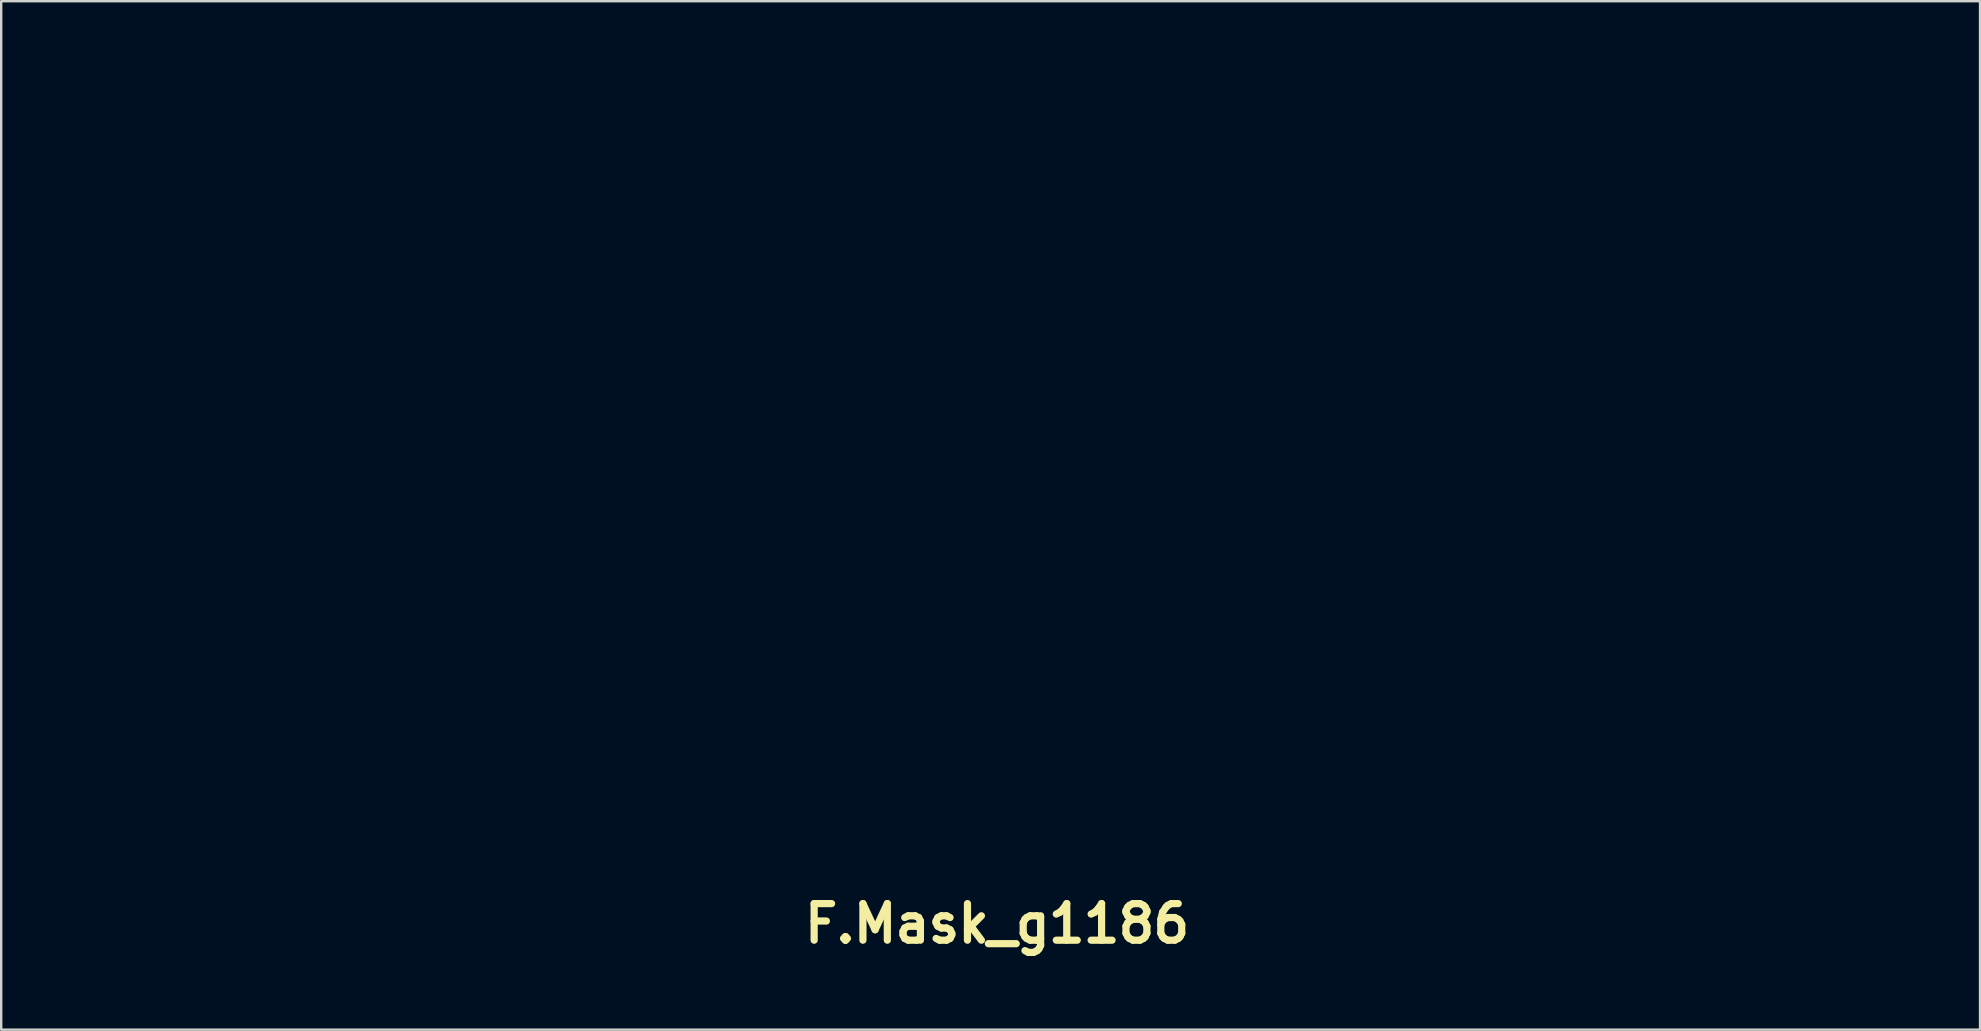
<source format=kicad_pcb>
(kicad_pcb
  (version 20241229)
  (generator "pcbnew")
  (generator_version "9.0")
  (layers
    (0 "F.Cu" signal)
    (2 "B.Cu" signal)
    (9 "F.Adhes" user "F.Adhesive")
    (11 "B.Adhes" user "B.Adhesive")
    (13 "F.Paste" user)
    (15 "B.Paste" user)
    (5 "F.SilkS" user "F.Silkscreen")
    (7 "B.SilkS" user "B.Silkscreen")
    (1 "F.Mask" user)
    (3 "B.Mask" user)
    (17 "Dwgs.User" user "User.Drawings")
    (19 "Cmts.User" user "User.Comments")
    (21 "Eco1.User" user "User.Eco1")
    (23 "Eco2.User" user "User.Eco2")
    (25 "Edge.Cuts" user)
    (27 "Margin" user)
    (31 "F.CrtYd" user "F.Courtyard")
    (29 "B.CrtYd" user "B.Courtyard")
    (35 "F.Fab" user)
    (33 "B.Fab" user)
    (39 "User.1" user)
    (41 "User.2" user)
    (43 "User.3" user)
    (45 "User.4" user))
  (footprint "F.Mask_g1186"
    (layer "F.Cu")
    (at 38.486 35.427)
    (property "Reference" "F.Mask_g1186" (at 0 0 0) (layer "F.SilkS") (effects (font (size 1.524 1.524) (thickness 0.3))))
    (attr through_hole)
    (fp_poly (pts (xy 11.707 -19.996) (xy 11.909 -19.969) (xy 12.176 -19.927) (xy 12.503 -19.872) (xy 12.883 -19.805) (xy 13.312 -19.728) (xy 13.783 -19.64) (xy 14.29 -19.544) (xy 14.828 -19.441) (xy 15.39 -19.331) (xy 15.971 -19.216) (xy 16.566 -19.096) (xy 17.168 -18.974) (xy 17.771 -18.85) (xy 18.371 -18.725) (xy 18.96 -18.6) (xy 19.533 -18.477) (xy 20.085 -18.357) (xy 20.609 -18.241) (xy 20.68 -18.224) (xy 21.197 -18.106) (xy 21.753 -17.977) (xy 22.341 -17.838) (xy 22.956 -17.691) (xy 23.59 -17.537) (xy 24.237 -17.379) (xy 24.892 -17.217) (xy 25.547 -17.054) (xy 26.197 -16.89) (xy 26.836 -16.728) (xy 27.456 -16.569) (xy 28.053 -16.415) (xy 28.618 -16.268) (xy 29.147 -16.128) (xy 29.633 -15.998) (xy 30.069 -15.879) (xy 30.45 -15.772) (xy 30.768 -15.68) (xy 31.019 -15.604) (xy 31.194 -15.546) (xy 31.225 -15.535) (xy 31.303 -15.499) (xy 31.31 -15.471) (xy 31.277 -15.448) (xy 31.182 -15.411) (xy 31.012 -15.361) (xy 30.776 -15.3) (xy 30.483 -15.23) (xy 30.14 -15.153) (xy 29.756 -15.07) (xy 29.34 -14.984) (xy 28.901 -14.896) (xy 28.447 -14.809) (xy 27.986 -14.723) (xy 27.528 -14.64) (xy 27.206 -14.585) (xy 25.914 -14.375) (xy 24.584 -14.177) (xy 23.21 -13.991) (xy 21.788 -13.815) (xy 20.31 -13.649) (xy 18.77 -13.493) (xy 17.163 -13.346) (xy 15.483 -13.206) (xy 14.073 -13.099) (xy 13.688 -13.071) (xy 13.613 -13.701) (xy 13.433 -14.865) (xy 13.178 -15.992) (xy 12.847 -17.083) (xy 12.441 -18.135) (xy 11.959 -19.149) (xy 11.824 -19.401) (xy 11.716 -19.601) (xy 11.626 -19.774) (xy 11.561 -19.907) (xy 11.526 -19.987) (xy 11.523 -20.003) (xy 11.576 -20.008) (xy 11.707 -19.996)) (stroke (width 0.01) (type solid)) (fill yes) (layer "F.Mask"))
    (fp_poly (pts (xy -11.928 -20.262) (xy -11.896 -20.229) (xy -11.916 -20.175) (xy -11.971 -20.064) (xy -12.053 -19.914) (xy -12.145 -19.752) (xy -12.677 -18.756) (xy -13.133 -17.723) (xy -13.512 -16.659) (xy -13.812 -15.565) (xy -14.033 -14.448) (xy -14.116 -13.855) (xy -14.143 -13.641) (xy -14.169 -13.455) (xy -14.191 -13.314) (xy -14.206 -13.236) (xy -14.208 -13.23) (xy -14.223 -13.206) (xy -14.254 -13.189) (xy -14.308 -13.178) (xy -14.394 -13.173) (xy -14.521 -13.175) (xy -14.698 -13.184) (xy -14.933 -13.199) (xy -15.235 -13.222) (xy -15.611 -13.252) (xy -15.642 -13.254) (xy -17.074 -13.371) (xy -18.427 -13.486) (xy -19.706 -13.6) (xy -20.918 -13.713) (xy -22.068 -13.827) (xy -23.161 -13.941) (xy -24.204 -14.057) (xy -25.202 -14.174) (xy -26.161 -14.295) (xy -27.087 -14.418) (xy -27.984 -14.545) (xy -28.859 -14.677) (xy -29.104 -14.715) (xy -29.381 -14.759) (xy -29.685 -14.81) (xy -30.007 -14.865) (xy -30.336 -14.921) (xy -30.66 -14.979) (xy -30.969 -15.034) (xy -31.253 -15.086) (xy -31.499 -15.133) (xy -31.698 -15.171) (xy -31.838 -15.201) (xy -31.908 -15.219) (xy -31.915 -15.222) (xy -31.919 -15.228) (xy -31.913 -15.237) (xy -31.887 -15.25) (xy -31.833 -15.273) (xy -31.742 -15.307) (xy -31.604 -15.357) (xy -31.413 -15.425) (xy -31.157 -15.515) (xy -30.882 -15.612) (xy -30.063 -15.892) (xy -29.171 -16.183) (xy -28.216 -16.483) (xy -27.21 -16.787) (xy -26.162 -17.093) (xy -25.085 -17.398) (xy -23.987 -17.7) (xy -22.88 -17.995) (xy -21.775 -18.281) (xy -20.681 -18.555) (xy -19.611 -18.813) (xy -18.573 -19.053) (xy -17.58 -19.272) (xy -16.849 -19.425) (xy -16.377 -19.52) (xy -15.892 -19.616) (xy -15.401 -19.71) (xy -14.913 -19.802) (xy -14.436 -19.89) (xy -13.977 -19.972) (xy -13.546 -20.048) (xy -13.151 -20.115) (xy -12.799 -20.173) (xy -12.499 -20.219) (xy -12.26 -20.253) (xy -12.09 -20.273) (xy -12.012 -20.277) (xy -11.928 -20.262)) (stroke (width 0.01) (type solid)) (fill yes) (layer "F.Mask"))
    (fp_poly (pts (xy 6.083 -16.28) (xy 6.818 -16.152) (xy 7.567 -15.942) (xy 8.17 -15.719) (xy 8.523 -15.568) (xy 8.866 -15.41) (xy 9.207 -15.239) (xy 9.554 -15.05) (xy 9.917 -14.838) (xy 10.303 -14.598) (xy 10.721 -14.324) (xy 11.179 -14.013) (xy 11.686 -13.658) (xy 12.25 -13.255) (xy 12.261 -13.247) (xy 12.749 -12.895) (xy 13.178 -12.59) (xy 13.553 -12.326) (xy 13.885 -12.098) (xy 14.179 -11.9) (xy 14.443 -11.728) (xy 14.686 -11.578) (xy 14.914 -11.443) (xy 15.136 -11.319) (xy 15.359 -11.201) (xy 15.496 -11.131) (xy 15.998 -10.893) (xy 16.47 -10.702) (xy 16.94 -10.547) (xy 17.213 -10.472) (xy 17.392 -10.428) (xy 17.547 -10.396) (xy 17.696 -10.375) (xy 17.862 -10.362) (xy 18.065 -10.355) (xy 18.326 -10.352) (xy 18.415 -10.352) (xy 18.677 -10.353) (xy 18.927 -10.358) (xy 19.146 -10.365) (xy 19.313 -10.375) (xy 19.389 -10.382) (xy 19.622 -10.414) (xy 19.473 -10.331) (xy 19.38 -10.284) (xy 19.228 -10.211) (xy 19.038 -10.122) (xy 18.828 -10.026) (xy 18.782 -10.006) (xy 18.555 -9.906) (xy 18.393 -9.842) (xy 18.286 -9.809) (xy 18.226 -9.804) (xy 18.206 -9.818) (xy 18.164 -9.847) (xy 18.144 -9.828) (xy 18.068 -9.76) (xy 17.919 -9.676) (xy 17.706 -9.578) (xy 17.437 -9.469) (xy 17.122 -9.352) (xy 16.769 -9.231) (xy 16.389 -9.107) (xy 15.989 -8.985) (xy 15.579 -8.868) (xy 15.168 -8.757) (xy 14.765 -8.657) (xy 14.378 -8.57) (xy 14.291 -8.552) (xy 13.806 -8.458) (xy 13.359 -8.383) (xy 12.928 -8.327) (xy 12.491 -8.285) (xy 12.026 -8.257) (xy 11.511 -8.239) (xy 11.176 -8.233) (xy 10.74 -8.229) (xy 10.377 -8.229) (xy 10.078 -8.234) (xy 9.831 -8.244) (xy 9.626 -8.26) (xy 9.491 -8.275) (xy 8.381 -8.462) (xy 7.295 -8.718) (xy 6.238 -9.039) (xy 5.73 -9.231) (xy 12.779 -9.231) (xy 12.806 -9.225) (xy 12.931 -9.214) (xy 13.111 -9.207) (xy 13.331 -9.205) (xy 13.576 -9.206) (xy 13.831 -9.211) (xy 14.08 -9.219) (xy 14.307 -9.229) (xy 14.499 -9.242) (xy 14.639 -9.257) (xy 14.712 -9.273) (xy 14.717 -9.276) (xy 14.767 -9.338) (xy 14.774 -9.364) (xy 14.75 -9.371) (xy 14.708 -9.338) (xy 14.676 -9.316) (xy 14.62 -9.3) (xy 14.531 -9.287) (xy 14.398 -9.278) (xy 14.212 -9.272) (xy 13.962 -9.267) (xy 13.638 -9.264) (xy 13.618 -9.264) (xy 13.3 -9.261) (xy 13.055 -9.256) (xy 12.884 -9.249) (xy 12.791 -9.241) (xy 12.779 -9.231) (xy 5.73 -9.231) (xy 5.549 -9.299) (xy 11.444 -9.299) (xy 11.45 -9.274) (xy 11.472 -9.271) (xy 11.507 -9.286) (xy 11.501 -9.299) (xy 11.45 -9.304) (xy 11.444 -9.299) (xy 5.549 -9.299) (xy 5.479 -9.326) (xy 10.948 -9.326) (xy 11.007 -9.32) (xy 11.067 -9.327) (xy 11.06 -9.341) (xy 10.973 -9.347) (xy 10.954 -9.341) (xy 10.948 -9.326) (xy 5.479 -9.326) (xy 5.355 -9.373) (xy 10.496 -9.373) (xy 10.555 -9.366) (xy 10.583 -9.365) (xy 10.66 -9.37) (xy 10.669 -9.381) (xy 10.657 -9.385) (xy 10.55 -9.391) (xy 10.509 -9.385) (xy 10.496 -9.373) (xy 5.355 -9.373) (xy 5.246 -9.414) (xy 10.196 -9.414) (xy 10.253 -9.407) (xy 10.266 -9.406) (xy 10.338 -9.411) (xy 10.344 -9.424) (xy 10.341 -9.426) (xy 10.257 -9.434) (xy 10.214 -9.427) (xy 10.196 -9.414) (xy 5.246 -9.414) (xy 5.218 -9.424) (xy 5.155 -9.453) (xy 9.89 -9.453) (xy 9.948 -9.447) (xy 10.008 -9.454) (xy 10.001 -9.468) (xy 9.915 -9.474) (xy 9.895 -9.468) (xy 9.89 -9.453) (xy 5.155 -9.453) (xy 5.055 -9.499) (xy 9.561 -9.499) (xy 9.618 -9.491) (xy 9.631 -9.491) (xy 9.703 -9.495) (xy 9.709 -9.509) (xy 9.706 -9.51) (xy 9.622 -9.519) (xy 9.579 -9.512) (xy 9.561 -9.499) (xy 5.055 -9.499) (xy 4.975 -9.535) (xy 9.332 -9.535) (xy 9.373 -9.528) (xy 9.428 -9.536) (xy 9.429 -9.55) (xy 13.949 -9.55) (xy 14.308 -9.536) (xy 14.477 -9.525) (xy 14.614 -9.508) (xy 14.697 -9.488) (xy 14.708 -9.481) (xy 14.76 -9.441) (xy 14.76 -9.465) (xy 14.732 -9.504) (xy 14.683 -9.536) (xy 14.592 -9.554) (xy 14.443 -9.56) (xy 14.314 -9.559) (xy 13.949 -9.55) (xy 9.429 -9.55) (xy 9.429 -9.551) (xy 9.372 -9.561) (xy 9.348 -9.554) (xy 9.332 -9.535) (xy 4.975 -9.535) (xy 4.882 -9.577) (xy 9.12 -9.577) (xy 9.162 -9.571) (xy 9.217 -9.578) (xy 9.217 -9.592) (xy 16.896 -9.592) (xy 16.923 -9.586) (xy 17.021 -9.583) (xy 17.124 -9.582) (xy 17.268 -9.584) (xy 17.35 -9.588) (xy 17.361 -9.594) (xy 17.326 -9.598) (xy 17.166 -9.605) (xy 16.989 -9.601) (xy 16.945 -9.599) (xy 16.896 -9.592) (xy 9.217 -9.592) (xy 9.217 -9.593) (xy 9.161 -9.603) (xy 9.136 -9.596) (xy 9.12 -9.577) (xy 4.882 -9.577) (xy 4.647 -9.684) (xy 8.53 -9.684) (xy 8.657 -9.652) (xy 8.75 -9.628) (xy 8.797 -9.615) (xy 8.797 -9.615) (xy 8.793 -9.637) (xy 8.792 -9.638) (xy 8.904 -9.638) (xy 8.91 -9.613) (xy 8.932 -9.61) (xy 8.967 -9.625) (xy 8.967 -9.626) (xy 16.419 -9.626) (xy 16.476 -9.618) (xy 16.489 -9.618) (xy 16.557 -9.622) (xy 17.595 -9.622) (xy 17.653 -9.616) (xy 17.713 -9.623) (xy 17.706 -9.638) (xy 17.619 -9.643) (xy 17.6 -9.638) (xy 17.595 -9.622) (xy 16.557 -9.622) (xy 16.561 -9.622) (xy 16.567 -9.636) (xy 16.564 -9.637) (xy 16.48 -9.646) (xy 16.437 -9.639) (xy 16.419 -9.626) (xy 8.967 -9.626) (xy 8.961 -9.638) (xy 8.91 -9.643) (xy 8.904 -9.638) (xy 8.792 -9.638) (xy 8.784 -9.652) (xy 8.727 -9.682) (xy 8.644 -9.689) (xy 8.53 -9.684) (xy 4.647 -9.684) (xy 4.603 -9.704) (xy 8.4 -9.704) (xy 8.442 -9.698) (xy 8.497 -9.705) (xy 8.497 -9.711) (xy 15.996 -9.711) (xy 16.023 -9.696) (xy 16.097 -9.674) (xy 16.187 -9.658) (xy 16.264 -9.653) (xy 16.299 -9.661) (xy 16.295 -9.668) (xy 16.246 -9.683) (xy 16.144 -9.703) (xy 16.108 -9.709) (xy 16.012 -9.72) (xy 15.996 -9.711) (xy 8.497 -9.711) (xy 8.498 -9.72) (xy 8.441 -9.73) (xy 8.416 -9.723) (xy 8.4 -9.704) (xy 4.603 -9.704) (xy 4.51 -9.747) (xy 8.231 -9.747) (xy 8.273 -9.74) (xy 8.328 -9.748) (xy 8.328 -9.762) (xy 8.313 -9.765) (xy 15.804 -9.765) (xy 15.81 -9.74) (xy 15.833 -9.737) (xy 15.868 -9.752) (xy 15.861 -9.765) (xy 15.811 -9.77) (xy 15.804 -9.765) (xy 8.313 -9.765) (xy 8.272 -9.772) (xy 8.247 -9.766) (xy 8.231 -9.747) (xy 4.51 -9.747) (xy 4.24 -9.87) (xy 4.205 -9.889) (xy 7.682 -9.889) (xy 7.74 -9.865) (xy 7.832 -9.835) (xy 7.935 -9.808) (xy 8.025 -9.79) (xy 8.065 -9.786) (xy 8.076 -9.796) (xy 8.066 -9.8) (xy 15.663 -9.8) (xy 15.684 -9.779) (xy 15.706 -9.8) (xy 15.684 -9.821) (xy 15.663 -9.8) (xy 8.066 -9.8) (xy 8.019 -9.821) (xy 7.938 -9.845) (xy 7.922 -9.85) (xy 15.466 -9.85) (xy 15.472 -9.824) (xy 15.494 -9.821) (xy 15.529 -9.837) (xy 15.522 -9.85) (xy 15.472 -9.855) (xy 15.466 -9.85) (xy 7.922 -9.85) (xy 7.827 -9.874) (xy 15.301 -9.874) (xy 15.342 -9.867) (xy 15.397 -9.875) (xy 15.398 -9.889) (xy 15.341 -9.899) (xy 15.317 -9.893) (xy 15.301 -9.874) (xy 7.827 -9.874) (xy 7.809 -9.878) (xy 7.713 -9.898) (xy 7.684 -9.901) (xy 7.682 -9.889) (xy 4.205 -9.889) (xy 3.975 -10.014) (xy 7.197 -10.014) (xy 7.233 -9.989) (xy 7.321 -9.957) (xy 7.334 -9.953) (xy 7.445 -9.922) (xy 7.492 -9.912) (xy 7.49 -9.924) (xy 7.479 -9.934) (xy 7.549 -9.934) (xy 7.555 -9.909) (xy 7.578 -9.906) (xy 7.613 -9.921) (xy 7.606 -9.934) (xy 15.169 -9.934) (xy 15.175 -9.909) (xy 15.198 -9.906) (xy 15.233 -9.921) (xy 15.226 -9.934) (xy 15.176 -9.939) (xy 15.169 -9.934) (xy 7.606 -9.934) (xy 7.556 -9.939) (xy 7.549 -9.934) (xy 7.479 -9.934) (xy 7.47 -9.943) (xy 7.421 -9.97) (xy 15.071 -9.97) (xy 15.092 -9.948) (xy 15.113 -9.97) (xy 16.51 -9.97) (xy 16.531 -9.948) (xy 16.552 -9.97) (xy 16.531 -9.991) (xy 16.51 -9.97) (xy 15.113 -9.97) (xy 15.092 -9.991) (xy 15.071 -9.97) (xy 7.421 -9.97) (xy 7.41 -9.975) (xy 7.323 -10.004) (xy 7.285 -10.012) (xy 14.944 -10.012) (xy 14.965 -9.991) (xy 14.986 -10.012) (xy 16.256 -10.012) (xy 16.277 -9.991) (xy 16.298 -10.012) (xy 17.865 -10.012) (xy 17.886 -9.991) (xy 17.907 -10.012) (xy 17.886 -10.033) (xy 17.865 -10.012) (xy 16.298 -10.012) (xy 16.277 -10.033) (xy 16.256 -10.012) (xy 14.986 -10.012) (xy 14.965 -10.033) (xy 14.944 -10.012) (xy 7.285 -10.012) (xy 7.24 -10.021) (xy 7.198 -10.017) (xy 7.197 -10.014) (xy 3.975 -10.014) (xy 3.888 -10.061) (xy 7.041 -10.061) (xy 7.047 -10.036) (xy 7.07 -10.033) (xy 7.105 -10.048) (xy 7.098 -10.061) (xy 7.048 -10.066) (xy 7.041 -10.061) (xy 3.888 -10.061) (xy 3.718 -10.153) (xy 6.785 -10.153) (xy 6.799 -10.13) (xy 6.816 -10.118) (xy 6.906 -10.083) (xy 6.943 -10.079) (xy 6.968 -10.091) (xy 6.921 -10.118) (xy 6.844 -10.145) (xy 14.589 -10.145) (xy 14.602 -10.131) (xy 14.668 -10.098) (xy 14.761 -10.059) (xy 14.83 -10.038) (xy 14.858 -10.04) (xy 14.846 -10.05) (xy 17.965 -10.05) (xy 17.981 -10.043) (xy 18.045 -10.039) (xy 18.129 -10.019) (xy 18.161 -9.984) (xy 18.179 -9.956) (xy 18.19 -9.963) (xy 18.191 -10.013) (xy 18.174 -10.037) (xy 18.1 -10.065) (xy 18.028 -10.064) (xy 17.965 -10.05) (xy 14.846 -10.05) (xy 14.825 -10.067) (xy 14.817 -10.072) (xy 14.726 -10.11) (xy 14.647 -10.133) (xy 14.589 -10.145) (xy 6.844 -10.145) (xy 6.832 -10.149) (xy 6.785 -10.153) (xy 3.718 -10.153) (xy 3.654 -10.188) (xy 6.66 -10.188) (xy 6.666 -10.163) (xy 6.689 -10.16) (xy 6.724 -10.175) (xy 6.721 -10.181) (xy 14.478 -10.181) (xy 14.499 -10.16) (xy 14.52 -10.181) (xy 14.499 -10.202) (xy 14.478 -10.181) (xy 6.721 -10.181) (xy 6.717 -10.188) (xy 6.667 -10.193) (xy 6.66 -10.188) (xy 3.654 -10.188) (xy 3.576 -10.231) (xy 6.533 -10.231) (xy 6.539 -10.205) (xy 6.562 -10.202) (xy 6.597 -10.218) (xy 6.59 -10.231) (xy 14.365 -10.231) (xy 14.371 -10.205) (xy 14.393 -10.202) (xy 14.428 -10.218) (xy 14.422 -10.231) (xy 14.371 -10.236) (xy 14.365 -10.231) (xy 6.59 -10.231) (xy 6.54 -10.236) (xy 6.533 -10.231) (xy 3.576 -10.231) (xy 3.498 -10.273) (xy 6.406 -10.273) (xy 6.412 -10.248) (xy 6.435 -10.245) (xy 6.47 -10.26) (xy 6.463 -10.273) (xy 6.413 -10.278) (xy 6.406 -10.273) (xy 3.498 -10.273) (xy 3.432 -10.308) (xy 6.308 -10.308) (xy 6.329 -10.287) (xy 6.35 -10.308) (xy 6.348 -10.311) (xy 14.153 -10.311) (xy 14.182 -10.287) (xy 14.259 -10.251) (xy 14.287 -10.246) (xy 14.295 -10.263) (xy 14.266 -10.287) (xy 14.189 -10.323) (xy 14.161 -10.328) (xy 14.153 -10.311) (xy 6.348 -10.311) (xy 6.329 -10.329) (xy 6.308 -10.308) (xy 3.432 -10.308) (xy 3.341 -10.358) (xy 6.195 -10.358) (xy 6.201 -10.332) (xy 6.223 -10.329) (xy 6.258 -10.345) (xy 6.255 -10.351) (xy 14.055 -10.351) (xy 14.076 -10.329) (xy 14.097 -10.351) (xy 14.076 -10.372) (xy 14.055 -10.351) (xy 6.255 -10.351) (xy 6.251 -10.358) (xy 6.201 -10.363) (xy 6.195 -10.358) (xy 3.341 -10.358) (xy 3.312 -10.374) (xy 3.282 -10.393) (xy 6.096 -10.393) (xy 6.117 -10.372) (xy 6.138 -10.393) (xy 6.117 -10.414) (xy 6.096 -10.393) (xy 3.282 -10.393) (xy 3.205 -10.442) (xy 5.983 -10.442) (xy 5.989 -10.417) (xy 6.011 -10.414) (xy 6.046 -10.429) (xy 6.04 -10.442) (xy 5.989 -10.447) (xy 5.983 -10.442) (xy 3.205 -10.442) (xy 3.15 -10.477) (xy 5.884 -10.477) (xy 5.905 -10.456) (xy 5.927 -10.477) (xy 5.905 -10.499) (xy 5.884 -10.477) (xy 3.15 -10.477) (xy 3.014 -10.565) (xy 5.686 -10.565) (xy 5.715 -10.541) (xy 5.792 -10.505) (xy 5.821 -10.5) (xy 5.828 -10.517) (xy 5.823 -10.522) (xy 13.716 -10.522) (xy 13.749 -10.489) (xy 13.827 -10.442) (xy 13.916 -10.397) (xy 13.983 -10.374) (xy 13.988 -10.373) (xy 14.012 -10.384) (xy 14.009 -10.387) (xy 13.954 -10.422) (xy 13.868 -10.466) (xy 13.781 -10.505) (xy 13.724 -10.524) (xy 13.716 -10.522) (xy 5.823 -10.522) (xy 5.8 -10.541) (xy 5.754 -10.562) (xy 13.589 -10.562) (xy 13.61 -10.541) (xy 13.631 -10.562) (xy 13.61 -10.583) (xy 13.589 -10.562) (xy 5.754 -10.562) (xy 5.722 -10.577) (xy 5.694 -10.582) (xy 5.686 -10.565) (xy 3.014 -10.565) (xy 2.439 -10.933) (xy 2.311 -11.029) (xy 4.741 -11.029) (xy 4.776 -11.002) (xy 4.868 -10.949) (xy 4.997 -10.879) (xy 5.145 -10.802) (xy 5.29 -10.729) (xy 5.415 -10.67) (xy 5.499 -10.634) (xy 5.521 -10.628) (xy 5.545 -10.638) (xy 5.542 -10.642) (xy 5.519 -10.656) (xy 13.469 -10.656) (xy 13.479 -10.632) (xy 13.522 -10.587) (xy 13.546 -10.596) (xy 13.547 -10.602) (xy 13.517 -10.638) (xy 13.498 -10.651) (xy 13.469 -10.656) (xy 5.519 -10.656) (xy 5.493 -10.672) (xy 5.461 -10.689) (xy 13.377 -10.689) (xy 13.399 -10.668) (xy 13.42 -10.689) (xy 13.399 -10.71) (xy 13.377 -10.689) (xy 5.461 -10.689) (xy 5.392 -10.725) (xy 5.299 -10.772) (xy 13.226 -10.772) (xy 13.229 -10.752) (xy 13.275 -10.717) (xy 13.323 -10.711) (xy 13.335 -10.727) (xy 13.302 -10.754) (xy 13.269 -10.769) (xy 13.226 -10.772) (xy 5.299 -10.772) (xy 5.257 -10.793) (xy 5.108 -10.866) (xy 5.039 -10.899) (xy 13.014 -10.899) (xy 13.018 -10.879) (xy 13.063 -10.844) (xy 13.112 -10.838) (xy 13.123 -10.854) (xy 13.09 -10.881) (xy 13.058 -10.896) (xy 13.014 -10.899) (xy 5.039 -10.899) (xy 4.963 -10.935) (xy 4.944 -10.943) (xy 12.912 -10.943) (xy 12.933 -10.922) (xy 12.954 -10.943) (xy 12.933 -10.964) (xy 12.912 -10.943) (xy 4.944 -10.943) (xy 4.841 -10.99) (xy 4.762 -11.024) (xy 4.741 -11.029) (xy 2.311 -11.029) (xy 2.3 -11.037) (xy 12.791 -11.037) (xy 12.802 -11.013) (xy 12.844 -10.968) (xy 12.869 -10.977) (xy 12.869 -10.983) (xy 12.839 -11.019) (xy 12.82 -11.032) (xy 12.791 -11.037) (xy 2.3 -11.037) (xy 2.256 -11.07) (xy 4.657 -11.07) (xy 4.678 -11.049) (xy 4.699 -11.07) (xy 4.678 -11.091) (xy 4.657 -11.07) (xy 2.256 -11.07) (xy 2.032 -11.238) (xy 4.363 -11.238) (xy 4.406 -11.2) (xy 4.477 -11.158) (xy 4.567 -11.11) (xy 4.606 -11.095) (xy 4.614 -11.106) (xy 4.614 -11.111) (xy 4.581 -11.142) (xy 4.499 -11.191) (xy 4.487 -11.197) (xy 4.391 -11.24) (xy 4.363 -11.238) (xy 2.032 -11.238) (xy 1.848 -11.376) (xy 4.158 -11.376) (xy 4.165 -11.363) (xy 4.21 -11.327) (xy 4.285 -11.271) (xy 4.315 -11.266) (xy 4.318 -11.28) (xy 4.285 -11.311) (xy 4.223 -11.346) (xy 4.181 -11.365) (xy 12.245 -11.365) (xy 12.303 -11.315) (xy 12.42 -11.229) (xy 12.488 -11.182) (xy 12.597 -11.113) (xy 12.687 -11.064) (xy 12.743 -11.043) (xy 12.747 -11.057) (xy 12.736 -11.069) (xy 12.693 -11.1) (xy 12.598 -11.164) (xy 12.546 -11.197) (xy 13.166 -11.197) (xy 13.187 -11.176) (xy 13.208 -11.197) (xy 13.187 -11.218) (xy 13.166 -11.197) (xy 12.546 -11.197) (xy 12.481 -11.239) (xy 13.081 -11.239) (xy 13.102 -11.218) (xy 13.123 -11.239) (xy 13.102 -11.261) (xy 13.081 -11.239) (xy 12.481 -11.239) (xy 12.469 -11.248) (xy 12.443 -11.264) (xy 12.345 -11.324) (xy 12.954 -11.324) (xy 12.975 -11.303) (xy 12.996 -11.324) (xy 12.975 -11.345) (xy 12.954 -11.324) (xy 12.345 -11.324) (xy 12.313 -11.344) (xy 12.267 -11.367) (xy 12.869 -11.367) (xy 12.89 -11.345) (xy 12.912 -11.367) (xy 12.89 -11.388) (xy 12.869 -11.367) (xy 12.267 -11.367) (xy 12.247 -11.376) (xy 12.245 -11.365) (xy 4.181 -11.365) (xy 4.158 -11.376) (xy 1.848 -11.376) (xy 1.742 -11.455) (xy 3.992 -11.455) (xy 4.022 -11.43) (xy 4.089 -11.392) (xy 4.098 -11.406) (xy 4.085 -11.43) (xy 4.053 -11.451) (xy 12.107 -11.451) (xy 12.129 -11.43) (xy 12.15 -11.451) (xy 12.129 -11.472) (xy 12.107 -11.451) (xy 4.053 -11.451) (xy 4.023 -11.47) (xy 4.009 -11.472) (xy 3.992 -11.455) (xy 1.742 -11.455) (xy 1.694 -11.491) (xy 1.641 -11.536) (xy 3.895 -11.536) (xy 3.916 -11.515) (xy 3.937 -11.536) (xy 3.928 -11.545) (xy 11.987 -11.545) (xy 11.997 -11.521) (xy 12.04 -11.476) (xy 12.065 -11.485) (xy 12.065 -11.491) (xy 12.035 -11.527) (xy 12.016 -11.54) (xy 11.987 -11.545) (xy 3.928 -11.545) (xy 3.916 -11.557) (xy 3.895 -11.536) (xy 1.641 -11.536) (xy 1.591 -11.578) (xy 3.81 -11.578) (xy 3.831 -11.557) (xy 3.852 -11.578) (xy 3.831 -11.599) (xy 3.81 -11.578) (xy 1.591 -11.578) (xy 1.53 -11.63) (xy 11.86 -11.63) (xy 11.87 -11.606) (xy 11.913 -11.56) (xy 11.938 -11.57) (xy 11.938 -11.576) (xy 11.908 -11.611) (xy 11.889 -11.625) (xy 11.86 -11.63) (xy 1.53 -11.63) (xy 1.459 -11.69) (xy 1.434 -11.712) (xy 3.612 -11.712) (xy 3.618 -11.687) (xy 3.641 -11.684) (xy 3.676 -11.699) (xy 3.669 -11.712) (xy 3.649 -11.714) (xy 11.733 -11.714) (xy 11.743 -11.691) (xy 11.786 -11.645) (xy 11.811 -11.654) (xy 11.811 -11.66) (xy 11.781 -11.696) (xy 11.762 -11.709) (xy 11.733 -11.714) (xy 3.649 -11.714) (xy 3.619 -11.717) (xy 3.612 -11.712) (xy 1.434 -11.712) (xy 1.395 -11.748) (xy 11.642 -11.748) (xy 11.663 -11.726) (xy 11.684 -11.748) (xy 11.663 -11.769) (xy 11.642 -11.748) (xy 1.395 -11.748) (xy 1.348 -11.79) (xy 3.514 -11.79) (xy 3.535 -11.769) (xy 3.556 -11.79) (xy 3.535 -11.811) (xy 3.514 -11.79) (xy 1.348 -11.79) (xy 1.244 -11.884) (xy 11.479 -11.884) (xy 11.489 -11.86) (xy 11.532 -11.814) (xy 11.557 -11.824) (xy 11.557 -11.83) (xy 11.527 -11.865) (xy 11.508 -11.879) (xy 11.479 -11.884) (xy 1.244 -11.884) (xy 1.2 -11.924) (xy 1.064 -12.053) (xy 3.182 -12.053) (xy 3.192 -12.029) (xy 3.235 -11.984) (xy 3.259 -11.993) (xy 3.26 -11.999) (xy 3.23 -12.035) (xy 3.211 -12.048) (xy 3.182 -12.053) (xy 1.064 -12.053) (xy 0.939 -12.171) (xy 11.642 -12.171) (xy 11.663 -12.15) (xy 11.684 -12.171) (xy 11.663 -12.192) (xy 11.642 -12.171) (xy 0.939 -12.171) (xy 0.935 -12.175) (xy 0.79 -12.319) (xy 2.881 -12.319) (xy 2.892 -12.297) (xy 2.916 -12.266) (xy 2.977 -12.2) (xy 3.005 -12.201) (xy 3.006 -12.208) (xy 3.001 -12.213) (xy 11.557 -12.213) (xy 11.578 -12.192) (xy 11.599 -12.213) (xy 11.578 -12.234) (xy 11.557 -12.213) (xy 3.001 -12.213) (xy 2.977 -12.243) (xy 2.932 -12.282) (xy 2.881 -12.319) (xy 0.79 -12.319) (xy 0.769 -12.34) (xy 11.388 -12.34) (xy 11.409 -12.319) (xy 11.43 -12.34) (xy 11.409 -12.361) (xy 11.388 -12.34) (xy 0.769 -12.34) (xy 0.683 -12.425) (xy 11.261 -12.425) (xy 11.282 -12.404) (xy 11.303 -12.425) (xy 11.282 -12.446) (xy 11.261 -12.425) (xy 0.683 -12.425) (xy 0.682 -12.426) (xy 0.458 -12.661) (xy 0.368 -12.764) (xy 2.392 -12.764) (xy 2.516 -12.626) (xy 2.606 -12.53) (xy 2.653 -12.491) (xy 2.667 -12.501) (xy 2.667 -12.502) (xy 2.653 -12.519) (xy 11.14 -12.519) (xy 11.151 -12.495) (xy 11.193 -12.449) (xy 11.218 -12.459) (xy 11.218 -12.465) (xy 11.188 -12.5) (xy 11.169 -12.514) (xy 11.14 -12.519) (xy 2.653 -12.519) (xy 2.639 -12.535) (xy 2.567 -12.604) (xy 2.529 -12.639) (xy 2.522 -12.646) (xy 10.931 -12.646) (xy 10.938 -12.633) (xy 10.983 -12.597) (xy 11.059 -12.541) (xy 11.088 -12.536) (xy 11.091 -12.55) (xy 11.058 -12.581) (xy 10.996 -12.616) (xy 10.931 -12.646) (xy 2.522 -12.646) (xy 2.429 -12.73) (xy 10.802 -12.73) (xy 10.812 -12.707) (xy 10.855 -12.661) (xy 10.879 -12.67) (xy 10.88 -12.676) (xy 10.85 -12.712) (xy 10.831 -12.725) (xy 10.802 -12.73) (xy 2.429 -12.73) (xy 2.392 -12.764) (xy 0.368 -12.764) (xy 0.331 -12.806) (xy 2.371 -12.806) (xy 2.392 -12.785) (xy 2.413 -12.806) (xy 2.404 -12.815) (xy 10.675 -12.815) (xy 10.685 -12.791) (xy 10.728 -12.746) (xy 10.752 -12.755) (xy 10.753 -12.761) (xy 10.723 -12.797) (xy 10.704 -12.81) (xy 10.675 -12.815) (xy 2.404 -12.815) (xy 2.392 -12.827) (xy 2.371 -12.806) (xy 0.331 -12.806) (xy 0.282 -12.861) (xy 0.271 -12.874) (xy 0.169 -13) (xy 0.153 -13.022) (xy 2.491 -13.022) (xy 2.544 -12.988) (xy 2.567 -12.978) (xy 2.666 -12.925) (xy 2.726 -12.876) (xy 2.728 -12.874) (xy 2.774 -12.831) (xy 2.786 -12.828) (xy 2.777 -12.853) (xy 2.719 -12.914) (xy 2.696 -12.934) (xy 2.685 -12.942) (xy 10.465 -12.942) (xy 10.473 -12.929) (xy 10.517 -12.893) (xy 10.593 -12.837) (xy 10.623 -12.832) (xy 10.626 -12.847) (xy 10.592 -12.878) (xy 10.53 -12.913) (xy 10.465 -12.942) (xy 2.685 -12.942) (xy 2.599 -13.003) (xy 2.54 -13.027) (xy 10.336 -13.027) (xy 10.346 -13.003) (xy 10.389 -12.957) (xy 10.414 -12.967) (xy 10.414 -12.973) (xy 10.384 -13.008) (xy 10.365 -13.022) (xy 10.336 -13.027) (xy 2.54 -13.027) (xy 2.516 -13.036) (xy 2.506 -13.037) (xy 2.491 -13.022) (xy 0.153 -13.022) (xy 0.101 -13.096) (xy 0.099 -13.102) (xy 10.202 -13.102) (xy 10.223 -13.081) (xy 10.245 -13.102) (xy 10.223 -13.123) (xy 10.202 -13.102) (xy 0.099 -13.102) (xy 0.084 -13.145) (xy 10.118 -13.145) (xy 10.139 -13.123) (xy 10.16 -13.145) (xy 10.139 -13.166) (xy 10.118 -13.145) (xy 0.084 -13.145) (xy 0.071 -13.178) (xy 0.073 -13.187) (xy 10.033 -13.187) (xy 10.054 -13.166) (xy 10.075 -13.187) (xy 10.054 -13.208) (xy 10.033 -13.187) (xy 0.073 -13.187) (xy 0.077 -13.229) (xy 9.948 -13.229) (xy 9.97 -13.208) (xy 9.991 -13.229) (xy 9.97 -13.25) (xy 9.948 -13.229) (xy 0.077 -13.229) (xy 0.081 -13.263) (xy 0.085 -13.271) (xy 9.864 -13.271) (xy 9.885 -13.25) (xy 9.906 -13.271) (xy 9.885 -13.293) (xy 9.864 -13.271) (xy 0.085 -13.271) (xy 0.127 -13.356) (xy 9.737 -13.356) (xy 9.758 -13.335) (xy 9.779 -13.356) (xy 9.758 -13.377) (xy 9.737 -13.356) (xy 0.127 -13.356) (xy 0.133 -13.368) (xy 0.154 -13.399) (xy 9.652 -13.399) (xy 9.673 -13.377) (xy 9.694 -13.399) (xy 9.673 -13.42) (xy 9.652 -13.399) (xy 0.154 -13.399) (xy 0.228 -13.508) (xy 0.255 -13.543) (xy 1.228 -13.543) (xy 1.257 -13.518) (xy 1.27 -13.508) (xy 1.361 -13.467) (xy 1.427 -13.483) (xy 9.483 -13.483) (xy 9.504 -13.462) (xy 9.525 -13.483) (xy 9.504 -13.504) (xy 9.483 -13.483) (xy 1.427 -13.483) (xy 1.451 -13.489) (xy 1.53 -13.546) (xy 1.56 -13.572) (xy 9.326 -13.572) (xy 9.356 -13.547) (xy 9.423 -13.509) (xy 9.432 -13.523) (xy 9.419 -13.547) (xy 9.357 -13.587) (xy 9.343 -13.588) (xy 9.326 -13.572) (xy 1.56 -13.572) (xy 1.605 -13.61) (xy 9.229 -13.61) (xy 9.25 -13.589) (xy 9.271 -13.61) (xy 9.25 -13.631) (xy 9.229 -13.61) (xy 1.605 -13.61) (xy 1.63 -13.631) (xy 1.482 -13.573) (xy 1.367 -13.54) (xy 1.279 -13.532) (xy 1.27 -13.534) (xy 1.228 -13.543) (xy 0.255 -13.543) (xy 0.322 -13.635) (xy 1.189 -13.635) (xy 1.196 -13.591) (xy 1.215 -13.63) (xy 1.215 -13.631) (xy 1.227 -13.652) (xy 9.144 -13.652) (xy 9.165 -13.631) (xy 9.186 -13.652) (xy 9.165 -13.674) (xy 9.144 -13.652) (xy 1.227 -13.652) (xy 1.255 -13.702) (xy 9.031 -13.702) (xy 9.037 -13.677) (xy 9.059 -13.674) (xy 9.094 -13.689) (xy 9.088 -13.702) (xy 9.037 -13.707) (xy 9.031 -13.702) (xy 1.255 -13.702) (xy 1.258 -13.707) (xy 1.328 -13.801) (xy 1.399 -13.884) (xy 8.691 -13.884) (xy 8.702 -13.865) (xy 8.77 -13.821) (xy 8.805 -13.801) (xy 8.909 -13.745) (xy 8.958 -13.722) (xy 8.974 -13.724) (xy 8.975 -13.736) (xy 8.941 -13.767) (xy 8.862 -13.814) (xy 8.772 -13.858) (xy 8.702 -13.882) (xy 8.691 -13.884) (xy 1.399 -13.884) (xy 1.418 -13.906) (xy 1.302 -13.804) (xy 1.225 -13.719) (xy 1.189 -13.643) (xy 1.189 -13.635) (xy 0.322 -13.635) (xy 0.37 -13.699) (xy 0.382 -13.716) (xy 0.566 -13.942) (xy 1.486 -13.942) (xy 1.502 -13.944) (xy 1.554 -13.974) (xy 1.616 -14.022) (xy 1.627 -14.051) (xy 1.587 -14.04) (xy 1.534 -13.994) (xy 1.486 -13.942) (xy 0.566 -13.942) (xy 0.67 -14.07) (xy 8.231 -14.07) (xy 8.275 -14.04) (xy 8.361 -13.995) (xy 8.49 -13.936) (xy 8.58 -13.901) (xy 8.622 -13.892) (xy 8.605 -13.912) (xy 8.521 -13.96) (xy 8.509 -13.966) (xy 8.382 -14.025) (xy 8.267 -14.068) (xy 8.255 -14.071) (xy 8.231 -14.07) (xy 0.67 -14.07) (xy 0.709 -14.118) (xy 8.086 -14.118) (xy 8.107 -14.097) (xy 8.128 -14.118) (xy 8.107 -14.139) (xy 8.086 -14.118) (xy 0.709 -14.118) (xy 0.717 -14.128) (xy 0.748 -14.161) (xy 1.778 -14.161) (xy 1.799 -14.139) (xy 1.82 -14.161) (xy 1.813 -14.168) (xy 7.973 -14.168) (xy 7.979 -14.142) (xy 8.001 -14.139) (xy 8.036 -14.155) (xy 8.029 -14.168) (xy 7.979 -14.173) (xy 7.973 -14.168) (xy 1.813 -14.168) (xy 1.799 -14.182) (xy 1.778 -14.161) (xy 0.748 -14.161) (xy 0.788 -14.203) (xy 1.863 -14.203) (xy 1.884 -14.182) (xy 1.905 -14.203) (xy 1.884 -14.224) (xy 1.863 -14.203) (xy 0.788 -14.203) (xy 0.828 -14.245) (xy 1.947 -14.245) (xy 1.968 -14.224) (xy 1.99 -14.245) (xy 1.986 -14.249) (xy 7.76 -14.249) (xy 7.789 -14.224) (xy 7.857 -14.186) (xy 7.866 -14.2) (xy 7.853 -14.224) (xy 7.791 -14.264) (xy 7.776 -14.266) (xy 7.76 -14.249) (xy 1.986 -14.249) (xy 1.968 -14.266) (xy 1.947 -14.245) (xy 0.828 -14.245) (xy 0.86 -14.278) (xy 2.036 -14.278) (xy 2.079 -14.287) (xy 2.079 -14.287) (xy 7.662 -14.287) (xy 7.684 -14.266) (xy 7.705 -14.287) (xy 7.684 -14.309) (xy 7.662 -14.287) (xy 2.079 -14.287) (xy 2.087 -14.29) (xy 2.139 -14.324) (xy 2.139 -14.33) (xy 3.133 -14.33) (xy 3.154 -14.309) (xy 3.175 -14.33) (xy 3.154 -14.351) (xy 3.133 -14.33) (xy 2.139 -14.33) (xy 2.139 -14.343) (xy 2.094 -14.338) (xy 2.063 -14.314) (xy 2.036 -14.278) (xy 0.86 -14.278) (xy 0.949 -14.372) (xy 2.201 -14.372) (xy 2.223 -14.351) (xy 2.244 -14.372) (xy 3.302 -14.372) (xy 3.323 -14.351) (xy 3.344 -14.372) (xy 3.337 -14.379) (xy 7.38 -14.379) (xy 7.386 -14.354) (xy 7.408 -14.351) (xy 7.443 -14.366) (xy 7.437 -14.379) (xy 7.386 -14.384) (xy 7.38 -14.379) (xy 3.337 -14.379) (xy 3.323 -14.393) (xy 3.302 -14.372) (xy 2.244 -14.372) (xy 2.223 -14.393) (xy 2.201 -14.372) (xy 0.949 -14.372) (xy 0.975 -14.399) (xy 2.287 -14.399) (xy 2.313 -14.393) (xy 2.375 -14.418) (xy 2.381 -14.422) (xy 3.485 -14.422) (xy 3.491 -14.396) (xy 3.514 -14.393) (xy 3.549 -14.409) (xy 3.542 -14.422) (xy 3.492 -14.427) (xy 3.485 -14.422) (xy 2.381 -14.422) (xy 2.437 -14.459) (xy 2.442 -14.464) (xy 3.697 -14.464) (xy 3.703 -14.439) (xy 3.725 -14.436) (xy 3.76 -14.451) (xy 3.756 -14.459) (xy 7.168 -14.459) (xy 7.197 -14.436) (xy 7.274 -14.4) (xy 7.303 -14.395) (xy 7.31 -14.412) (xy 7.281 -14.436) (xy 7.204 -14.471) (xy 7.176 -14.477) (xy 7.168 -14.459) (xy 3.756 -14.459) (xy 3.754 -14.464) (xy 3.703 -14.469) (xy 3.697 -14.464) (xy 2.442 -14.464) (xy 2.473 -14.49) (xy 2.544 -14.49) (xy 2.587 -14.499) (xy 2.587 -14.499) (xy 6.985 -14.499) (xy 7.006 -14.478) (xy 7.027 -14.499) (xy 7.07 -14.499) (xy 7.091 -14.478) (xy 7.112 -14.499) (xy 7.091 -14.52) (xy 7.07 -14.499) (xy 7.027 -14.499) (xy 7.006 -14.52) (xy 6.985 -14.499) (xy 2.587 -14.499) (xy 2.595 -14.502) (xy 2.647 -14.535) (xy 2.647 -14.554) (xy 2.602 -14.55) (xy 2.571 -14.526) (xy 2.544 -14.49) (xy 2.473 -14.49) (xy 2.489 -14.503) (xy 2.474 -14.503) (xy 2.413 -14.475) (xy 2.314 -14.424) (xy 2.287 -14.399) (xy 0.975 -14.399) (xy 1.1 -14.531) (xy 1.138 -14.565) (xy 2.804 -14.565) (xy 2.81 -14.563) (xy 2.845 -14.589) (xy 6.706 -14.589) (xy 6.752 -14.563) (xy 6.842 -14.531) (xy 6.888 -14.527) (xy 6.875 -14.551) (xy 6.858 -14.563) (xy 6.768 -14.598) (xy 6.731 -14.601) (xy 6.706 -14.589) (xy 2.845 -14.589) (xy 2.849 -14.592) (xy 2.857 -14.605) (xy 2.863 -14.626) (xy 2.921 -14.626) (xy 2.942 -14.605) (xy 2.952 -14.615) (xy 6.538 -14.615) (xy 6.579 -14.608) (xy 6.634 -14.616) (xy 6.635 -14.631) (xy 6.578 -14.641) (xy 6.554 -14.634) (xy 6.538 -14.615) (xy 2.952 -14.615) (xy 2.963 -14.626) (xy 2.942 -14.647) (xy 2.921 -14.626) (xy 2.863 -14.626) (xy 2.868 -14.645) (xy 2.862 -14.647) (xy 2.824 -14.618) (xy 2.815 -14.605) (xy 2.804 -14.565) (xy 1.138 -14.565) (xy 1.259 -14.676) (xy 3.062 -14.676) (xy 3.068 -14.65) (xy 3.09 -14.647) (xy 3.125 -14.663) (xy 3.119 -14.676) (xy 6.364 -14.676) (xy 6.37 -14.65) (xy 6.392 -14.647) (xy 6.427 -14.663) (xy 6.421 -14.676) (xy 6.37 -14.681) (xy 6.364 -14.676) (xy 3.119 -14.676) (xy 3.068 -14.681) (xy 3.062 -14.676) (xy 1.259 -14.676) (xy 1.287 -14.701) (xy 3.175 -14.701) (xy 3.189 -14.691) (xy 3.255 -14.7) (xy 3.263 -14.702) (xy 6.165 -14.702) (xy 6.223 -14.696) (xy 6.283 -14.703) (xy 6.276 -14.718) (xy 6.189 -14.723) (xy 6.17 -14.718) (xy 6.165 -14.702) (xy 3.263 -14.702) (xy 3.346 -14.722) (xy 3.417 -14.745) (xy 5.953 -14.745) (xy 6.011 -14.739) (xy 6.071 -14.745) (xy 6.064 -14.76) (xy 5.978 -14.766) (xy 5.958 -14.76) (xy 5.953 -14.745) (xy 3.417 -14.745) (xy 3.433 -14.749) (xy 3.487 -14.776) (xy 3.489 -14.777) (xy 3.483 -14.784) (xy 5.691 -14.784) (xy 5.733 -14.778) (xy 5.788 -14.785) (xy 5.788 -14.8) (xy 5.732 -14.81) (xy 5.707 -14.803) (xy 5.691 -14.784) (xy 3.483 -14.784) (xy 3.478 -14.79) (xy 3.405 -14.779) (xy 3.362 -14.768) (xy 3.252 -14.735) (xy 3.183 -14.707) (xy 3.175 -14.701) (xy 1.287 -14.701) (xy 1.404 -14.808) (xy 3.687 -14.808) (xy 3.73 -14.803) (xy 3.831 -14.804) (xy 3.995 -14.813) (xy 4.23 -14.831) (xy 4.267 -14.834) (xy 5.289 -14.834) (xy 5.348 -14.827) (xy 5.376 -14.826) (xy 5.453 -14.831) (xy 5.462 -14.842) (xy 5.45 -14.846) (xy 5.343 -14.852) (xy 5.302 -14.846) (xy 5.289 -14.834) (xy 4.267 -14.834) (xy 4.542 -14.856) (xy 4.572 -14.859) (xy 4.734 -14.873) (xy 4.829 -14.882) (xy 4.855 -14.887) (xy 4.808 -14.887) (xy 4.684 -14.884) (xy 4.481 -14.878) (xy 4.383 -14.875) (xy 4.157 -14.865) (xy 3.958 -14.853) (xy 3.804 -14.84) (xy 3.711 -14.827) (xy 3.693 -14.821) (xy 3.687 -14.808) (xy 1.404 -14.808) (xy 1.517 -14.911) (xy 1.948 -15.254) (xy 2.378 -15.543) (xy 2.683 -15.714) (xy 3.32 -15.989) (xy 3.98 -16.182) (xy 4.662 -16.296) (xy 5.364 -16.328) (xy 6.083 -16.28)) (stroke (width 0.01) (type solid)) (fill yes) (layer "F.Mask"))
    (fp_poly (pts (xy -5.418 -16.307) (xy -5.116 -16.292) (xy -4.866 -16.268) (xy -4.805 -16.259) (xy -4.357 -16.156) (xy -3.878 -15.995) (xy -3.389 -15.785) (xy -2.91 -15.534) (xy -2.582 -15.333) (xy -2.379 -15.185) (xy -2.154 -15.001) (xy -1.916 -14.788) (xy -1.674 -14.557) (xy -1.437 -14.316) (xy -1.214 -14.075) (xy -1.012 -13.842) (xy -0.84 -13.628) (xy -0.707 -13.441) (xy -0.622 -13.291) (xy -0.593 -13.189) (xy -0.621 -13.122) (xy -0.701 -13.007) (xy -0.82 -12.857) (xy -0.97 -12.682) (xy -1.139 -12.496) (xy -1.318 -12.309) (xy -1.497 -12.133) (xy -1.607 -12.031) (xy -2.239 -11.489) (xy -2.861 -11.01) (xy -3.497 -10.581) (xy -4.168 -10.186) (xy -4.837 -9.84) (xy -5.921 -9.356) (xy -7.034 -8.952) (xy -8.173 -8.627) (xy -9.336 -8.384) (xy -9.504 -8.356) (xy -9.729 -8.321) (xy -9.932 -8.294) (xy -10.131 -8.273) (xy -10.341 -8.259) (xy -10.58 -8.248) (xy -10.865 -8.241) (xy -11.213 -8.236) (xy -11.324 -8.234) (xy -11.638 -8.232) (xy -11.933 -8.231) (xy -12.197 -8.231) (xy -12.415 -8.233) (xy -12.574 -8.236) (xy -12.658 -8.24) (xy -13.495 -8.335) (xy -14.351 -8.47) (xy -15.19 -8.636) (xy -15.748 -8.769) (xy -16.033 -8.845) (xy -16.336 -8.931) (xy -16.648 -9.023) (xy -16.958 -9.119) (xy -17.249 -9.213) (xy -14.768 -9.213) (xy -14.757 -9.209) (xy -14.674 -9.205) (xy -14.525 -9.204) (xy -14.393 -9.203) (xy -14.205 -9.204) (xy -14.078 -9.206) (xy -14.018 -9.21) (xy -14.033 -9.214) (xy -14.086 -9.218) (xy -14.302 -9.223) (xy -14.54 -9.223) (xy -14.7 -9.218) (xy -14.768 -9.213) (xy -17.249 -9.213) (xy -17.256 -9.215) (xy -17.533 -9.308) (xy -17.779 -9.394) (xy -17.825 -9.412) (xy -15.323 -9.412) (xy -15.291 -9.332) (xy -15.212 -9.262) (xy -15.123 -9.231) (xy -15.121 -9.231) (xy -15.085 -9.24) (xy -15.108 -9.254) (xy -13.312 -9.254) (xy -13.286 -9.249) (xy -13.191 -9.245) (xy -13.039 -9.244) (xy -12.883 -9.246) (xy -12.789 -9.249) (xy -12.765 -9.254) (xy -12.816 -9.26) (xy -13.002 -9.266) (xy -13.201 -9.263) (xy -13.261 -9.26) (xy -13.312 -9.254) (xy -15.108 -9.254) (xy -15.128 -9.266) (xy -15.141 -9.271) (xy -15.169 -9.29) (xy -12.183 -9.29) (xy -12.132 -9.283) (xy -12.086 -9.282) (xy -11.999 -9.285) (xy -11.977 -9.295) (xy -11.99 -9.3) (xy -12.092 -9.308) (xy -12.16 -9.301) (xy -12.183 -9.29) (xy -15.169 -9.29) (xy -15.228 -9.329) (xy -11.648 -9.329) (xy -11.591 -9.322) (xy -11.578 -9.322) (xy -11.506 -9.326) (xy -11.5 -9.339) (xy -11.503 -9.341) (xy -11.587 -9.349) (xy -11.63 -9.343) (xy -11.648 -9.329) (xy -15.228 -9.329) (xy -15.235 -9.334) (xy -15.267 -9.373) (xy -11.263 -9.373) (xy -11.205 -9.366) (xy -11.176 -9.365) (xy -11.099 -9.37) (xy -11.09 -9.381) (xy -11.102 -9.385) (xy -11.209 -9.391) (xy -11.25 -9.385) (xy -11.263 -9.373) (xy -15.267 -9.373) (xy -15.277 -9.385) (xy -15.302 -9.413) (xy -10.918 -9.413) (xy -10.902 -9.401) (xy -10.828 -9.399) (xy -10.725 -9.405) (xy -10.618 -9.417) (xy -10.535 -9.434) (xy -10.52 -9.44) (xy -10.504 -9.457) (xy -10.567 -9.46) (xy -10.668 -9.452) (xy -10.799 -9.437) (xy -10.891 -9.421) (xy -10.918 -9.413) (xy -15.302 -9.413) (xy -15.312 -9.426) (xy -15.323 -9.412) (xy -17.825 -9.412) (xy -17.983 -9.47) (xy -18.04 -9.494) (xy -15.271 -9.494) (xy -15.243 -9.486) (xy -15.186 -9.494) (xy -10.292 -9.494) (xy -10.281 -9.475) (xy -10.204 -9.475) (xy -10.171 -9.479) (xy -10.075 -9.494) (xy -10.057 -9.504) (xy -10.114 -9.514) (xy -10.133 -9.516) (xy -10.234 -9.516) (xy -10.292 -9.494) (xy -15.186 -9.494) (xy -15.161 -9.498) (xy -15.058 -9.51) (xy -14.896 -9.521) (xy -14.701 -9.53) (xy -14.568 -9.533) (xy -14.45 -9.535) (xy -9.93 -9.535) (xy -9.888 -9.528) (xy -9.833 -9.536) (xy -9.833 -9.551) (xy -9.889 -9.561) (xy -9.914 -9.554) (xy -9.93 -9.535) (xy -14.45 -9.535) (xy -14.118 -9.541) (xy -14.647 -9.565) (xy -14.882 -9.574) (xy -15.046 -9.574) (xy -15.153 -9.565) (xy -15.217 -9.546) (xy -15.24 -9.531) (xy -15.271 -9.494) (xy -18.04 -9.494) (xy -18.136 -9.533) (xy -18.224 -9.577) (xy -9.718 -9.577) (xy -9.677 -9.571) (xy -9.622 -9.578) (xy -9.621 -9.593) (xy -9.678 -9.603) (xy -9.702 -9.596) (xy -9.718 -9.577) (xy -18.224 -9.577) (xy -18.229 -9.58) (xy -18.239 -9.593) (xy -17.995 -9.593) (xy -17.976 -9.588) (xy -17.885 -9.585) (xy -17.73 -9.583) (xy -17.716 -9.583) (xy -17.555 -9.584) (xy -17.454 -9.587) (xy -17.422 -9.592) (xy -17.467 -9.598) (xy -17.472 -9.598) (xy -17.649 -9.605) (xy -17.848 -9.603) (xy -17.937 -9.599) (xy -17.995 -9.593) (xy -18.239 -9.593) (xy -18.25 -9.607) (xy -18.249 -9.608) (xy -18.257 -9.626) (xy -17.103 -9.626) (xy -17.067 -9.611) (xy -16.986 -9.61) (xy -16.898 -9.619) (xy -16.839 -9.638) (xy -16.838 -9.638) (xy -9.469 -9.638) (xy -9.463 -9.613) (xy -9.44 -9.61) (xy -9.405 -9.625) (xy -9.412 -9.638) (xy -9.462 -9.643) (xy -9.469 -9.638) (xy -16.838 -9.638) (xy -16.833 -9.643) (xy -16.855 -9.661) (xy -16.936 -9.662) (xy -16.957 -9.66) (xy -17.054 -9.644) (xy -17.102 -9.628) (xy -17.103 -9.626) (xy -18.257 -9.626) (xy -18.259 -9.632) (xy -18.326 -9.662) (xy -16.746 -9.662) (xy -16.704 -9.655) (xy -16.649 -9.663) (xy -16.649 -9.673) (xy -9.271 -9.673) (xy -9.25 -9.652) (xy -9.229 -9.673) (xy -9.236 -9.68) (xy -9.172 -9.68) (xy -9.166 -9.655) (xy -9.144 -9.652) (xy -9.109 -9.667) (xy -9.116 -9.68) (xy -9.166 -9.685) (xy -9.172 -9.68) (xy -9.236 -9.68) (xy -9.25 -9.694) (xy -9.271 -9.673) (xy -16.649 -9.673) (xy -16.648 -9.678) (xy -16.705 -9.688) (xy -16.73 -9.681) (xy -16.746 -9.662) (xy -18.326 -9.662) (xy -18.335 -9.666) (xy -18.418 -9.691) (xy -18.457 -9.704) (xy -16.576 -9.704) (xy -16.535 -9.698) (xy -16.48 -9.705) (xy -16.479 -9.72) (xy -16.494 -9.723) (xy -9.003 -9.723) (xy -8.997 -9.697) (xy -8.975 -9.694) (xy -8.94 -9.71) (xy -8.946 -9.723) (xy -8.997 -9.728) (xy -9.003 -9.723) (xy -16.494 -9.723) (xy -16.536 -9.73) (xy -16.56 -9.723) (xy -16.576 -9.704) (xy -18.457 -9.704) (xy -18.572 -9.745) (xy -18.574 -9.747) (xy -16.407 -9.747) (xy -16.365 -9.74) (xy -16.31 -9.748) (xy -16.31 -9.762) (xy -16.325 -9.765) (xy -8.834 -9.765) (xy -8.828 -9.74) (xy -8.805 -9.737) (xy -8.77 -9.752) (xy -8.777 -9.765) (xy -8.827 -9.77) (xy -8.834 -9.765) (xy -16.325 -9.765) (xy -16.366 -9.772) (xy -16.391 -9.766) (xy -16.407 -9.747) (xy -18.574 -9.747) (xy -18.636 -9.797) (xy -16.236 -9.797) (xy -16.222 -9.787) (xy -16.192 -9.786) (xy -16.172 -9.789) (xy -10.48 -9.789) (xy -10.439 -9.782) (xy -10.384 -9.79) (xy -10.383 -9.797) (xy -8.616 -9.797) (xy -8.602 -9.787) (xy -8.572 -9.786) (xy -8.461 -9.802) (xy -8.403 -9.821) (xy -8.36 -9.847) (xy -8.383 -9.856) (xy -8.453 -9.847) (xy -8.551 -9.821) (xy -8.616 -9.797) (xy -10.383 -9.797) (xy -10.383 -9.805) (xy -10.44 -9.815) (xy -10.464 -9.808) (xy -10.48 -9.789) (xy -16.172 -9.789) (xy -16.081 -9.802) (xy -16.023 -9.821) (xy -16.007 -9.831) (xy -10.226 -9.831) (xy -10.185 -9.825) (xy -10.13 -9.832) (xy -10.129 -9.847) (xy -10.186 -9.857) (xy -10.21 -9.85) (xy -10.226 -9.831) (xy -16.007 -9.831) (xy -15.98 -9.847) (xy -16.003 -9.856) (xy -16.073 -9.847) (xy -16.171 -9.821) (xy -16.236 -9.797) (xy -18.636 -9.797) (xy -18.653 -9.811) (xy -18.667 -9.837) (xy -18.677 -9.892) (xy -15.903 -9.892) (xy -15.897 -9.867) (xy -15.875 -9.864) (xy -15.852 -9.874) (xy -9.972 -9.874) (xy -9.931 -9.867) (xy -9.883 -9.874) (xy -8.279 -9.874) (xy -8.237 -9.867) (xy -8.182 -9.875) (xy -8.182 -9.889) (xy -8.238 -9.899) (xy -8.263 -9.893) (xy -8.279 -9.874) (xy -9.883 -9.874) (xy -9.876 -9.875) (xy -9.875 -9.889) (xy -9.932 -9.899) (xy -9.956 -9.893) (xy -9.972 -9.874) (xy -15.852 -9.874) (xy -15.84 -9.879) (xy -15.847 -9.892) (xy -15.897 -9.897) (xy -15.903 -9.892) (xy -18.677 -9.892) (xy -18.684 -9.929) (xy -17.891 -9.929) (xy -17.853 -9.924) (xy -17.747 -9.92) (xy -17.695 -9.92) (xy -17.568 -9.922) (xy -17.505 -9.927) (xy -17.514 -9.934) (xy -17.516 -9.934) (xy -15.776 -9.934) (xy -15.77 -9.909) (xy -15.748 -9.906) (xy -15.713 -9.921) (xy -15.72 -9.934) (xy -9.68 -9.934) (xy -9.674 -9.909) (xy -9.652 -9.906) (xy -9.629 -9.916) (xy -8.11 -9.916) (xy -8.068 -9.909) (xy -8.013 -9.917) (xy -8.012 -9.932) (xy -8.069 -9.942) (xy -8.094 -9.935) (xy -8.11 -9.916) (xy -9.629 -9.916) (xy -9.617 -9.921) (xy -9.624 -9.934) (xy -9.674 -9.939) (xy -9.68 -9.934) (xy -15.72 -9.934) (xy -15.77 -9.939) (xy -15.776 -9.934) (xy -17.516 -9.934) (xy -17.537 -9.937) (xy -17.696 -9.944) (xy -17.854 -9.937) (xy -17.891 -9.929) (xy -18.684 -9.929) (xy -18.688 -9.951) (xy -18.683 -9.958) (xy -18.185 -9.958) (xy -18.143 -9.952) (xy -18.088 -9.959) (xy -18.088 -9.961) (xy -17.161 -9.961) (xy -17.103 -9.955) (xy -17.043 -9.962) (xy -17.043 -9.962) (xy -15.648 -9.962) (xy -15.621 -9.952) (xy -15.531 -9.972) (xy -15.522 -9.977) (xy -9.469 -9.977) (xy -9.463 -9.951) (xy -9.44 -9.948) (xy -9.418 -9.958) (xy -7.94 -9.958) (xy -7.899 -9.952) (xy -7.844 -9.959) (xy -7.843 -9.974) (xy -7.9 -9.984) (xy -7.924 -9.977) (xy -7.94 -9.958) (xy -9.418 -9.958) (xy -9.405 -9.964) (xy -9.412 -9.977) (xy -9.462 -9.982) (xy -9.469 -9.977) (xy -15.522 -9.977) (xy -15.494 -9.991) (xy -15.472 -10.012) (xy -9.271 -10.012) (xy -9.25 -9.991) (xy -9.229 -10.012) (xy -9.236 -10.019) (xy -7.775 -10.019) (xy -7.769 -9.994) (xy -7.747 -9.991) (xy -7.712 -10.006) (xy -7.719 -10.019) (xy -7.769 -10.024) (xy -7.775 -10.019) (xy -9.236 -10.019) (xy -9.25 -10.033) (xy -9.271 -10.012) (xy -15.472 -10.012) (xy -15.461 -10.022) (xy -15.492 -10.026) (xy -15.57 -10.003) (xy -15.6 -9.991) (xy -15.648 -9.962) (xy -17.043 -9.962) (xy -17.05 -9.976) (xy -17.136 -9.982) (xy -17.156 -9.976) (xy -17.161 -9.961) (xy -18.088 -9.961) (xy -18.088 -9.974) (xy -18.144 -9.984) (xy -18.169 -9.977) (xy -18.185 -9.958) (xy -18.683 -9.958) (xy -18.646 -10.012) (xy -18.537 -10.022) (xy -18.504 -10.018) (xy -18.412 -10.008) (xy -18.399 -10.022) (xy -18.415 -10.034) (xy -18.495 -10.061) (xy -15.395 -10.061) (xy -15.389 -10.036) (xy -15.367 -10.033) (xy -15.332 -10.048) (xy -15.339 -10.061) (xy -7.648 -10.061) (xy -7.642 -10.036) (xy -7.62 -10.033) (xy -7.585 -10.048) (xy -7.592 -10.061) (xy -7.642 -10.066) (xy -7.648 -10.061) (xy -15.339 -10.061) (xy -15.389 -10.066) (xy -15.395 -10.061) (xy -18.495 -10.061) (xy -18.538 -10.076) (xy -18.648 -10.056) (xy -18.723 -9.984) (xy -18.742 -9.873) (xy -18.737 -9.844) (xy -18.71 -9.739) (xy -18.891 -9.817) (xy -19.122 -9.918) (xy -19.356 -10.023) (xy -19.53 -10.104) (xy -15.268 -10.104) (xy -15.262 -10.078) (xy -15.24 -10.075) (xy -15.224 -10.082) (xy -7.504 -10.082) (xy -7.493 -10.08) (xy -7.412 -10.096) (xy -7.304 -10.137) (xy -7.303 -10.137) (xy -7.225 -10.178) (xy -7.219 -10.194) (xy -7.273 -10.184) (xy -7.38 -10.15) (xy -7.408 -10.139) (xy -7.487 -10.103) (xy -7.504 -10.082) (xy -15.224 -10.082) (xy -15.205 -10.091) (xy -15.212 -10.104) (xy -15.262 -10.109) (xy -15.268 -10.104) (xy -19.53 -10.104) (xy -19.579 -10.126) (xy -19.621 -10.146) (xy -15.141 -10.146) (xy -15.135 -10.121) (xy -15.113 -10.118) (xy -15.078 -10.133) (xy -15.085 -10.146) (xy -15.135 -10.151) (xy -15.141 -10.146) (xy -19.621 -10.146) (xy -19.695 -10.181) (xy -15.028 -10.181) (xy -15.007 -10.16) (xy -14.986 -10.181) (xy -15.007 -10.202) (xy -15.028 -10.181) (xy -19.695 -10.181) (xy -19.777 -10.22) (xy -19.784 -10.223) (xy -14.944 -10.223) (xy -14.922 -10.202) (xy -14.901 -10.223) (xy -14.908 -10.231) (xy -7.14 -10.231) (xy -7.134 -10.205) (xy -7.112 -10.202) (xy -7.077 -10.218) (xy -7.084 -10.231) (xy -7.134 -10.236) (xy -7.14 -10.231) (xy -14.908 -10.231) (xy -14.922 -10.245) (xy -14.944 -10.223) (xy -19.784 -10.223) (xy -19.871 -10.266) (xy -7.027 -10.266) (xy -7.006 -10.245) (xy -6.985 -10.266) (xy -7.006 -10.287) (xy -7.027 -10.266) (xy -19.871 -10.266) (xy -19.938 -10.299) (xy -19.969 -10.315) (xy -6.886 -10.315) (xy -6.88 -10.29) (xy -6.858 -10.287) (xy -6.823 -10.302) (xy -6.83 -10.315) (xy -6.88 -10.32) (xy -6.886 -10.315) (xy -19.969 -10.315) (xy -20.046 -10.356) (xy -20.087 -10.382) (xy -20.098 -10.408) (xy -20.045 -10.393) (xy -19.976 -10.381) (xy -19.838 -10.369) (xy -19.647 -10.357) (xy -19.418 -10.347) (xy -19.219 -10.341) (xy -18.93 -10.335) (xy -18.703 -10.334) (xy -18.519 -10.341) (xy -18.422 -10.351) (xy -6.773 -10.351) (xy -6.752 -10.329) (xy -6.731 -10.351) (xy -6.752 -10.372) (xy -6.773 -10.351) (xy -18.422 -10.351) (xy -18.356 -10.357) (xy -18.192 -10.382) (xy -18.136 -10.393) (xy -7.705 -10.393) (xy -7.684 -10.372) (xy -7.679 -10.376) (xy -6.657 -10.376) (xy -6.646 -10.375) (xy -6.564 -10.395) (xy -6.477 -10.435) (xy -6.406 -10.481) (xy -6.406 -10.495) (xy -6.473 -10.475) (xy -6.567 -10.437) (xy -6.643 -10.398) (xy -6.657 -10.376) (xy -7.679 -10.376) (xy -7.662 -10.393) (xy -7.684 -10.414) (xy -7.705 -10.393) (xy -18.136 -10.393) (xy -18.034 -10.413) (xy -17.664 -10.507) (xy -6.342 -10.507) (xy -6.329 -10.5) (xy -6.259 -10.521) (xy -6.223 -10.541) (xy -6.189 -10.575) (xy -6.202 -10.582) (xy -6.271 -10.561) (xy -6.308 -10.541) (xy -6.342 -10.507) (xy -17.664 -10.507) (xy -17.451 -10.562) (xy -14.182 -10.562) (xy -14.161 -10.541) (xy -14.139 -10.562) (xy -14.161 -10.583) (xy -14.182 -10.562) (xy -17.451 -10.562) (xy -17.347 -10.589) (xy -17.304 -10.604) (xy -6.138 -10.604) (xy -6.117 -10.583) (xy -6.096 -10.604) (xy -6.117 -10.626) (xy -6.138 -10.604) (xy -17.304 -10.604) (xy -17.187 -10.647) (xy -6.054 -10.647) (xy -6.032 -10.626) (xy -6.011 -10.647) (xy -6.032 -10.668) (xy -6.054 -10.647) (xy -17.187 -10.647) (xy -17.07 -10.689) (xy -13.928 -10.689) (xy -13.906 -10.668) (xy -13.885 -10.689) (xy -5.969 -10.689) (xy -5.948 -10.668) (xy -5.927 -10.689) (xy -5.948 -10.71) (xy -5.969 -10.689) (xy -13.885 -10.689) (xy -13.906 -10.71) (xy -13.928 -10.689) (xy -17.07 -10.689) (xy -17.004 -10.713) (xy -13.833 -10.713) (xy -13.827 -10.71) (xy -13.799 -10.732) (xy -5.884 -10.732) (xy -5.863 -10.71) (xy -5.842 -10.732) (xy -5.863 -10.753) (xy -5.884 -10.732) (xy -13.799 -10.732) (xy -13.788 -10.74) (xy -13.78 -10.753) (xy -13.774 -10.774) (xy -5.8 -10.774) (xy -5.779 -10.753) (xy -5.757 -10.774) (xy -5.779 -10.795) (xy -5.8 -10.774) (xy -13.774 -10.774) (xy -13.769 -10.792) (xy -13.775 -10.795) (xy -13.813 -10.765) (xy -13.822 -10.753) (xy -13.833 -10.713) (xy -17.004 -10.713) (xy -16.712 -10.819) (xy -13.71 -10.819) (xy -13.7 -10.797) (xy -13.676 -10.795) (xy -13.637 -10.816) (xy -5.715 -10.816) (xy -5.694 -10.795) (xy -5.673 -10.816) (xy -5.694 -10.837) (xy -5.715 -10.816) (xy -13.637 -10.816) (xy -13.619 -10.826) (xy -13.61 -10.837) (xy -13.617 -10.858) (xy -5.63 -10.858) (xy -5.609 -10.837) (xy -5.588 -10.858) (xy -5.609 -10.88) (xy -5.63 -10.858) (xy -13.617 -10.858) (xy -13.617 -10.861) (xy -13.65 -10.853) (xy -13.71 -10.819) (xy -16.712 -10.819) (xy -16.664 -10.836) (xy -16.536 -10.896) (xy -13.547 -10.896) (xy -13.516 -10.897) (xy -13.508 -10.901) (xy -5.546 -10.901) (xy -5.524 -10.88) (xy -5.503 -10.901) (xy -5.524 -10.922) (xy -5.546 -10.901) (xy -13.508 -10.901) (xy -13.445 -10.93) (xy -13.422 -10.943) (xy -5.461 -10.943) (xy -5.44 -10.922) (xy -5.419 -10.943) (xy -5.44 -10.964) (xy -5.461 -10.943) (xy -13.422 -10.943) (xy -13.361 -10.979) (xy -13.351 -10.986) (xy -5.376 -10.986) (xy -5.355 -10.964) (xy -5.334 -10.986) (xy -5.355 -11.007) (xy -5.376 -10.986) (xy -13.351 -10.986) (xy -13.293 -11.027) (xy -13.292 -11.028) (xy -5.292 -11.028) (xy -5.271 -11.007) (xy -5.249 -11.028) (xy -5.271 -11.049) (xy -5.292 -11.028) (xy -13.292 -11.028) (xy -13.272 -11.049) (xy -13.287 -11.056) (xy -13.355 -11.026) (xy -13.396 -11.003) (xy -13.49 -10.943) (xy -13.542 -10.902) (xy -13.547 -10.896) (xy -16.536 -10.896) (xy -16.157 -11.07) (xy -5.207 -11.07) (xy -5.186 -11.049) (xy -5.165 -11.07) (xy -5.186 -11.091) (xy -5.207 -11.07) (xy -16.157 -11.07) (xy -16.107 -11.093) (xy -13.207 -11.093) (xy -13.183 -11.092) (xy -13.129 -11.117) (xy -13.077 -11.155) (xy -5.08 -11.155) (xy -5.059 -11.134) (xy -5.038 -11.155) (xy -5.059 -11.176) (xy -5.08 -11.155) (xy -13.077 -11.155) (xy -13.042 -11.18) (xy -13.022 -11.197) (xy -5.715 -11.197) (xy -5.694 -11.176) (xy -5.673 -11.197) (xy -4.995 -11.197) (xy -4.974 -11.176) (xy -4.953 -11.197) (xy -4.974 -11.218) (xy -4.995 -11.197) (xy -5.673 -11.197) (xy -5.694 -11.218) (xy -5.715 -11.197) (xy -13.022 -11.197) (xy -13.018 -11.201) (xy -12.973 -11.239) (xy -5.63 -11.239) (xy -5.609 -11.218) (xy -5.606 -11.221) (xy -4.9 -11.221) (xy -4.894 -11.218) (xy -4.856 -11.248) (xy -4.847 -11.261) (xy -4.836 -11.3) (xy -4.842 -11.303) (xy -4.881 -11.273) (xy -4.889 -11.261) (xy -4.9 -11.221) (xy -5.606 -11.221) (xy -5.588 -11.239) (xy -5.609 -11.261) (xy -5.63 -11.239) (xy -12.973 -11.239) (xy -12.89 -11.31) (xy -13.039 -11.214) (xy -13.148 -11.143) (xy -13.2 -11.107) (xy -13.207 -11.093) (xy -16.107 -11.093) (xy -16.069 -11.111) (xy -15.86 -11.218) (xy -15.668 -11.319) (xy -12.869 -11.319) (xy -12.849 -11.324) (xy -4.784 -11.324) (xy -4.763 -11.303) (xy -4.741 -11.324) (xy -4.763 -11.345) (xy -4.784 -11.324) (xy -12.849 -11.324) (xy -12.837 -11.327) (xy -12.754 -11.368) (xy -12.703 -11.396) (xy -12.683 -11.409) (xy -5.334 -11.409) (xy -5.313 -11.388) (xy -5.292 -11.409) (xy -4.657 -11.409) (xy -4.636 -11.388) (xy -4.614 -11.409) (xy -4.636 -11.43) (xy -4.657 -11.409) (xy -5.292 -11.409) (xy -5.313 -11.43) (xy -5.334 -11.409) (xy -12.683 -11.409) (xy -12.615 -11.451) (xy -5.249 -11.451) (xy -5.228 -11.43) (xy -5.225 -11.433) (xy -4.562 -11.433) (xy -4.556 -11.43) (xy -4.517 -11.46) (xy -4.508 -11.472) (xy -4.498 -11.512) (xy -4.504 -11.515) (xy -4.542 -11.485) (xy -4.551 -11.472) (xy -4.562 -11.433) (xy -5.225 -11.433) (xy -5.207 -11.451) (xy -5.228 -11.472) (xy -5.249 -11.451) (xy -12.615 -11.451) (xy -12.607 -11.456) (xy -12.556 -11.499) (xy -12.552 -11.508) (xy -12.593 -11.498) (xy -12.675 -11.457) (xy -12.767 -11.401) (xy -12.842 -11.349) (xy -12.869 -11.319) (xy -15.668 -11.319) (xy -15.662 -11.323) (xy -15.469 -11.43) (xy -15.286 -11.536) (xy -5.122 -11.536) (xy -5.101 -11.515) (xy -5.098 -11.517) (xy -4.435 -11.517) (xy -4.429 -11.515) (xy -4.39 -11.544) (xy -4.381 -11.557) (xy -4.371 -11.597) (xy -4.377 -11.599) (xy -4.415 -11.57) (xy -4.424 -11.557) (xy -4.435 -11.517) (xy -5.098 -11.517) (xy -5.08 -11.536) (xy -5.101 -11.557) (xy -5.122 -11.536) (xy -15.286 -11.536) (xy -15.273 -11.543) (xy -15.216 -11.578) (xy -12.488 -11.578) (xy -12.467 -11.557) (xy -12.446 -11.578) (xy -5.038 -11.578) (xy -5.016 -11.557) (xy -4.995 -11.578) (xy -5.016 -11.599) (xy -5.038 -11.578) (xy -12.446 -11.578) (xy -12.467 -11.599) (xy -12.488 -11.578) (xy -15.216 -11.578) (xy -15.177 -11.602) (xy -12.393 -11.602) (xy -12.387 -11.599) (xy -12.36 -11.62) (xy -4.318 -11.62) (xy -4.297 -11.599) (xy -4.276 -11.62) (xy -4.297 -11.642) (xy -4.318 -11.62) (xy -12.36 -11.62) (xy -12.349 -11.629) (xy -12.34 -11.642) (xy -12.329 -11.681) (xy -12.335 -11.684) (xy -12.374 -11.654) (xy -12.383 -11.642) (xy -12.393 -11.602) (xy -15.177 -11.602) (xy -15.068 -11.669) (xy -15.04 -11.687) (xy -12.266 -11.687) (xy -12.26 -11.684) (xy -12.233 -11.705) (xy -4.826 -11.705) (xy -4.805 -11.684) (xy -4.784 -11.705) (xy -4.805 -11.726) (xy -4.826 -11.705) (xy -12.233 -11.705) (xy -12.222 -11.714) (xy -12.213 -11.726) (xy -12.207 -11.748) (xy -4.149 -11.748) (xy -4.128 -11.726) (xy -4.106 -11.748) (xy -4.128 -11.769) (xy -4.149 -11.748) (xy -12.207 -11.748) (xy -12.202 -11.766) (xy -12.208 -11.769) (xy -12.247 -11.739) (xy -12.255 -11.726) (xy -12.266 -11.687) (xy -15.04 -11.687) (xy -14.879 -11.79) (xy -4.699 -11.79) (xy -4.678 -11.769) (xy -4.657 -11.79) (xy -4.678 -11.811) (xy -4.699 -11.79) (xy -14.879 -11.79) (xy -14.847 -11.81) (xy -14.842 -11.814) (xy -4.011 -11.814) (xy -4.005 -11.811) (xy -3.967 -11.841) (xy -3.958 -11.853) (xy -3.947 -11.893) (xy -3.953 -11.896) (xy -3.887 -11.896) (xy -3.846 -11.923) (xy -3.789 -11.98) (xy -3.74 -12.042) (xy -3.733 -12.065) (xy -3.675 -12.065) (xy -3.634 -12.093) (xy -3.577 -12.15) (xy -3.528 -12.211) (xy -3.522 -12.234) (xy -3.563 -12.207) (xy -3.619 -12.15) (xy -3.668 -12.088) (xy -3.675 -12.065) (xy -3.733 -12.065) (xy -3.774 -12.037) (xy -3.831 -11.98) (xy -3.88 -11.919) (xy -3.887 -11.896) (xy -3.953 -11.896) (xy -3.992 -11.866) (xy -4 -11.853) (xy -4.011 -11.814) (xy -14.842 -11.814) (xy -14.75 -11.874) (xy -4.572 -11.874) (xy -4.551 -11.853) (xy -4.53 -11.874) (xy -4.551 -11.896) (xy -4.572 -11.874) (xy -14.75 -11.874) (xy -14.603 -11.972) (xy -14.462 -12.068) (xy -12.309 -12.068) (xy -12.303 -12.065) (xy -12.264 -12.095) (xy -12.255 -12.107) (xy -12.245 -12.147) (xy -12.251 -12.15) (xy -12.289 -12.12) (xy -12.298 -12.107) (xy -12.309 -12.068) (xy -14.462 -12.068) (xy -14.338 -12.152) (xy -12.182 -12.152) (xy -12.176 -12.15) (xy -12.137 -12.179) (xy -12.129 -12.192) (xy -12.118 -12.232) (xy -12.124 -12.234) (xy -12.162 -12.205) (xy -12.171 -12.192) (xy -12.182 -12.152) (xy -14.338 -12.152) (xy -14.328 -12.159) (xy -14.216 -12.237) (xy -12.055 -12.237) (xy -12.049 -12.234) (xy -12.01 -12.264) (xy -12.002 -12.277) (xy -11.991 -12.316) (xy -11.997 -12.319) (xy -12.035 -12.289) (xy -12.044 -12.277) (xy -12.055 -12.237) (xy -14.216 -12.237) (xy -14.067 -12.34) (xy -11.938 -12.34) (xy -11.917 -12.319) (xy -11.896 -12.34) (xy -11.917 -12.361) (xy -11.938 -12.34) (xy -14.067 -12.34) (xy -14.016 -12.376) (xy -13.946 -12.425) (xy -11.811 -12.425) (xy -11.779 -12.434) (xy -11.695 -12.477) (xy -11.623 -12.52) (xy -11.52 -12.586) (xy -11.458 -12.634) (xy -11.449 -12.649) (xy -11.489 -12.637) (xy -11.572 -12.593) (xy -11.67 -12.533) (xy -11.758 -12.474) (xy -11.807 -12.432) (xy -11.811 -12.425) (xy -13.946 -12.425) (xy -13.659 -12.627) (xy -13.57 -12.691) (xy -3.493 -12.691) (xy -3.302 -12.838) (xy -3.186 -12.923) (xy -3.139 -12.954) (xy -2.963 -12.954) (xy -2.948 -12.919) (xy -2.935 -12.926) (xy -2.93 -12.976) (xy -2.935 -12.982) (xy -2.96 -12.976) (xy -2.963 -12.954) (xy -3.139 -12.954) (xy -3.089 -12.987) (xy -3.048 -13.008) (xy -3.013 -13.028) (xy -3.06 -13.035) (xy -3.06 -13.035) (xy -3.13 -13.009) (xy -3.232 -12.938) (xy -3.314 -12.865) (xy -3.493 -12.691) (xy -13.57 -12.691) (xy -13.545 -12.709) (xy -11.375 -12.709) (xy -11.374 -12.701) (xy -11.326 -12.721) (xy -11.222 -12.777) (xy -11.082 -12.859) (xy -10.983 -12.918) (xy -10.823 -13.018) (xy -10.707 -13.095) (xy -10.64 -13.144) (xy -10.627 -13.161) (xy -10.674 -13.141) (xy -10.785 -13.081) (xy -10.827 -13.057) (xy -11.037 -12.932) (xy -11.205 -12.829) (xy -11.32 -12.753) (xy -11.375 -12.709) (xy -13.545 -12.709) (xy -13.252 -12.918) (xy -12.88 -13.184) (xy -10.583 -13.184) (xy -10.552 -13.184) (xy -10.499 -13.208) (xy -10.432 -13.252) (xy -10.414 -13.274) (xy -10.445 -13.274) (xy -10.499 -13.25) (xy -10.565 -13.207) (xy -10.583 -13.184) (xy -12.88 -13.184) (xy -12.786 -13.252) (xy -12.699 -13.314) (xy -10.372 -13.314) (xy -10.351 -13.293) (xy -10.329 -13.314) (xy -10.351 -13.335) (xy -10.372 -13.314) (xy -12.699 -13.314) (xy -12.581 -13.399) (xy -10.202 -13.399) (xy -10.181 -13.377) (xy -10.16 -13.399) (xy -10.181 -13.42) (xy -10.202 -13.399) (xy -12.581 -13.399) (xy -12.573 -13.404) (xy -12.199 -13.671) (xy -2.223 -13.671) (xy -2.095 -13.567) (xy -1.96 -13.481) (xy -1.853 -13.471) (xy -1.78 -13.523) (xy -1.74 -13.629) (xy -1.778 -13.747) (xy -1.887 -13.864) (xy -1.905 -13.877) (xy -2.053 -13.986) (xy -1.916 -13.853) (xy -1.81 -13.725) (xy -1.775 -13.622) (xy -1.805 -13.556) (xy -1.893 -13.537) (xy -2.032 -13.577) (xy -2.06 -13.59) (xy -2.223 -13.671) (xy -12.199 -13.671) (xy -12.166 -13.695) (xy -2.286 -13.695) (xy -2.265 -13.674) (xy -2.244 -13.695) (xy -2.265 -13.716) (xy -2.286 -13.695) (xy -12.166 -13.695) (xy -12.107 -13.737) (xy -8.678 -13.737) (xy -8.657 -13.716) (xy -8.636 -13.737) (xy -8.657 -13.758) (xy -8.678 -13.737) (xy -12.107 -13.737) (xy -12.073 -13.762) (xy -11.987 -13.822) (xy -8.467 -13.822) (xy -8.445 -13.801) (xy -8.424 -13.822) (xy -8.445 -13.843) (xy -8.467 -13.822) (xy -11.987 -13.822) (xy -11.916 -13.871) (xy -9.299 -13.871) (xy -9.293 -13.846) (xy -9.271 -13.843) (xy -9.236 -13.858) (xy -9.243 -13.871) (xy -9.293 -13.876) (xy -9.299 -13.871) (xy -11.916 -13.871) (xy -11.866 -13.906) (xy -9.186 -13.906) (xy -9.165 -13.885) (xy -9.144 -13.906) (xy -8.255 -13.906) (xy -8.234 -13.885) (xy -8.213 -13.906) (xy -8.234 -13.928) (xy -8.255 -13.906) (xy -9.144 -13.906) (xy -9.165 -13.928) (xy -9.186 -13.906) (xy -11.866 -13.906) (xy -11.805 -13.949) (xy -9.102 -13.949) (xy -9.081 -13.928) (xy -9.059 -13.949) (xy -8.128 -13.949) (xy -8.107 -13.928) (xy -8.086 -13.949) (xy -8.107 -13.97) (xy -8.128 -13.949) (xy -9.059 -13.949) (xy -9.081 -13.97) (xy -9.102 -13.949) (xy -11.805 -13.949) (xy -11.745 -13.991) (xy -8.975 -13.991) (xy -8.954 -13.97) (xy -8.932 -13.991) (xy -8.954 -14.012) (xy -8.975 -13.991) (xy -11.745 -13.991) (xy -11.671 -14.043) (xy -2.152 -14.043) (xy -2.142 -14.019) (xy -2.099 -13.973) (xy -2.075 -13.983) (xy -2.074 -13.989) (xy -2.104 -14.024) (xy -2.123 -14.038) (xy -2.152 -14.043) (xy -11.671 -14.043) (xy -11.63 -14.072) (xy -11.624 -14.076) (xy -8.763 -14.076) (xy -8.742 -14.055) (xy -8.721 -14.076) (xy -7.789 -14.076) (xy -7.768 -14.055) (xy -7.747 -14.076) (xy -7.768 -14.097) (xy -7.789 -14.076) (xy -8.721 -14.076) (xy -8.742 -14.097) (xy -8.763 -14.076) (xy -11.624 -14.076) (xy -11.562 -14.118) (xy -8.678 -14.118) (xy -8.657 -14.097) (xy -8.636 -14.118) (xy -8.645 -14.127) (xy -2.279 -14.127) (xy -2.269 -14.104) (xy -2.226 -14.058) (xy -2.202 -14.067) (xy -2.201 -14.073) (xy -2.231 -14.109) (xy -2.25 -14.122) (xy -2.279 -14.127) (xy -8.645 -14.127) (xy -8.657 -14.139) (xy -8.678 -14.118) (xy -11.562 -14.118) (xy -11.5 -14.161) (xy -2.371 -14.161) (xy -2.349 -14.139) (xy -2.328 -14.161) (xy -2.349 -14.182) (xy -2.371 -14.161) (xy -11.5 -14.161) (xy -11.427 -14.21) (xy -8.453 -14.21) (xy -8.447 -14.185) (xy -8.424 -14.182) (xy -8.389 -14.197) (xy -8.392 -14.203) (xy -7.366 -14.203) (xy -7.345 -14.182) (xy -7.324 -14.203) (xy -2.455 -14.203) (xy -2.434 -14.182) (xy -2.413 -14.203) (xy -2.434 -14.224) (xy -2.455 -14.203) (xy -7.324 -14.203) (xy -7.345 -14.224) (xy -7.366 -14.203) (xy -8.392 -14.203) (xy -8.396 -14.21) (xy -8.446 -14.215) (xy -8.453 -14.21) (xy -11.427 -14.21) (xy -11.365 -14.252) (xy -8.326 -14.252) (xy -8.32 -14.227) (xy -8.297 -14.224) (xy -8.262 -14.239) (xy -8.265 -14.245) (xy -2.54 -14.245) (xy -2.519 -14.224) (xy -2.498 -14.245) (xy -2.519 -14.266) (xy -2.54 -14.245) (xy -8.265 -14.245) (xy -8.269 -14.252) (xy -8.319 -14.257) (xy -8.326 -14.252) (xy -11.365 -14.252) (xy -11.313 -14.287) (xy -8.213 -14.287) (xy -8.191 -14.266) (xy -8.17 -14.287) (xy -2.625 -14.287) (xy -2.603 -14.266) (xy -2.582 -14.287) (xy -2.603 -14.309) (xy -2.625 -14.287) (xy -8.17 -14.287) (xy -8.191 -14.309) (xy -8.213 -14.287) (xy -11.313 -14.287) (xy -11.251 -14.33) (xy -8.086 -14.33) (xy -8.065 -14.309) (xy -8.043 -14.33) (xy -8.065 -14.351) (xy -8.086 -14.33) (xy -11.251 -14.33) (xy -11.235 -14.341) (xy -11.188 -14.372) (xy -7.959 -14.372) (xy -7.938 -14.351) (xy -7.916 -14.372) (xy -7.938 -14.393) (xy -7.959 -14.372) (xy -11.188 -14.372) (xy -11.132 -14.408) (xy -7.856 -14.408) (xy -7.806 -14.411) (xy -7.768 -14.419) (xy -7.673 -14.444) (xy -7.624 -14.463) (xy -7.624 -14.463) (xy -7.629 -14.479) (xy -7.684 -14.477) (xy -7.76 -14.462) (xy -7.824 -14.438) (xy -7.832 -14.434) (xy -7.856 -14.408) (xy -11.132 -14.408) (xy -10.984 -14.506) (xy -7.564 -14.506) (xy -7.558 -14.481) (xy -7.535 -14.478) (xy -7.5 -14.493) (xy -7.506 -14.505) (xy -5.673 -14.505) (xy -5.669 -14.501) (xy -5.592 -14.498) (xy -5.448 -14.496) (xy -5.249 -14.495) (xy -5.046 -14.496) (xy -4.904 -14.498) (xy -4.829 -14.501) (xy -4.826 -14.505) (xy -4.9 -14.509) (xy -5.128 -14.515) (xy -5.384 -14.515) (xy -5.599 -14.509) (xy -5.673 -14.505) (xy -7.506 -14.505) (xy -7.507 -14.506) (xy -7.557 -14.511) (xy -7.564 -14.506) (xy -10.984 -14.506) (xy -10.941 -14.535) (xy -7.433 -14.535) (xy -7.408 -14.526) (xy -7.318 -14.543) (xy -7.26 -14.563) (xy -7.215 -14.59) (xy -3.331 -14.59) (xy -3.302 -14.57) (xy -3.217 -14.531) (xy -3.096 -14.481) (xy -2.964 -14.43) (xy -2.843 -14.387) (xy -2.755 -14.36) (xy -2.731 -14.356) (xy -2.726 -14.371) (xy -2.763 -14.397) (xy -2.845 -14.436) (xy -2.964 -14.483) (xy -3.098 -14.53) (xy -3.22 -14.568) (xy -3.306 -14.59) (xy -3.331 -14.59) (xy -7.215 -14.59) (xy -7.214 -14.591) (xy -7.239 -14.599) (xy -7.33 -14.583) (xy -7.387 -14.563) (xy -7.433 -14.535) (xy -10.941 -14.535) (xy -10.879 -14.576) (xy -10.816 -14.615) (xy -7.136 -14.615) (xy -7.094 -14.608) (xy -7.047 -14.615) (xy -3.495 -14.615) (xy -3.454 -14.608) (xy -3.399 -14.616) (xy -3.398 -14.631) (xy -3.455 -14.641) (xy -3.479 -14.634) (xy -3.495 -14.615) (xy -7.047 -14.615) (xy -7.039 -14.616) (xy -7.039 -14.631) (xy -7.095 -14.641) (xy -7.12 -14.634) (xy -7.136 -14.615) (xy -10.816 -14.615) (xy -10.739 -14.664) (xy -6.922 -14.664) (xy -6.899 -14.655) (xy -6.829 -14.664) (xy -6.785 -14.676) (xy -3.627 -14.676) (xy -3.621 -14.65) (xy -3.598 -14.647) (xy -3.563 -14.663) (xy -3.57 -14.676) (xy -3.62 -14.681) (xy -3.627 -14.676) (xy -6.785 -14.676) (xy -6.731 -14.69) (xy -6.666 -14.714) (xy -6.672 -14.718) (xy -3.754 -14.718) (xy -3.748 -14.693) (xy -3.725 -14.69) (xy -3.69 -14.705) (xy -3.697 -14.718) (xy -3.747 -14.723) (xy -3.754 -14.718) (xy -6.672 -14.718) (xy -6.68 -14.724) (xy -6.71 -14.725) (xy -6.821 -14.709) (xy -6.879 -14.69) (xy -6.922 -14.664) (xy -10.739 -14.664) (xy -10.611 -14.744) (xy -6.598 -14.744) (xy -6.563 -14.734) (xy -6.516 -14.733) (xy -6.457 -14.742) (xy -4.003 -14.742) (xy -3.962 -14.735) (xy -3.907 -14.743) (xy -3.906 -14.758) (xy -3.963 -14.768) (xy -3.987 -14.761) (xy -4.003 -14.742) (xy -6.457 -14.742) (xy -6.408 -14.75) (xy -6.35 -14.775) (xy -6.342 -14.784) (xy -6.247 -14.784) (xy -6.205 -14.778) (xy -6.158 -14.784) (xy -4.215 -14.784) (xy -4.173 -14.778) (xy -4.118 -14.785) (xy -4.118 -14.8) (xy -4.174 -14.81) (xy -4.199 -14.803) (xy -4.215 -14.784) (xy -6.158 -14.784) (xy -6.15 -14.785) (xy -6.15 -14.8) (xy -6.206 -14.81) (xy -6.231 -14.803) (xy -6.247 -14.784) (xy -6.342 -14.784) (xy -6.331 -14.799) (xy -6.388 -14.797) (xy -6.435 -14.789) (xy -6.555 -14.763) (xy -6.598 -14.744) (xy -10.611 -14.744) (xy -10.553 -14.781) (xy -10.463 -14.834) (xy -5.972 -14.834) (xy -5.913 -14.827) (xy -5.884 -14.826) (xy -5.836 -14.829) (xy -4.546 -14.829) (xy -4.487 -14.823) (xy -4.427 -14.83) (xy -4.434 -14.845) (xy -4.521 -14.85) (xy -4.54 -14.845) (xy -4.546 -14.829) (xy -5.836 -14.829) (xy -5.807 -14.831) (xy -5.798 -14.842) (xy -5.81 -14.846) (xy -5.918 -14.852) (xy -5.958 -14.846) (xy -5.972 -14.834) (xy -10.463 -14.834) (xy -10.385 -14.88) (xy -5.376 -14.88) (xy -5.355 -14.859) (xy -5.339 -14.875) (xy -4.917 -14.875) (xy -4.86 -14.868) (xy -4.847 -14.867) (xy -4.775 -14.872) (xy -4.769 -14.885) (xy -4.772 -14.887) (xy -4.856 -14.895) (xy -4.899 -14.888) (xy -4.917 -14.875) (xy -5.339 -14.875) (xy -5.334 -14.88) (xy -5.355 -14.901) (xy -5.376 -14.88) (xy -10.385 -14.88) (xy -10.247 -14.962) (xy -9.954 -15.126) (xy -9.663 -15.278) (xy -9.596 -15.312) (xy -8.917 -15.628) (xy -8.264 -15.882) (xy -7.615 -16.082) (xy -6.948 -16.235) (xy -6.921 -16.24) (xy -6.698 -16.271) (xy -6.413 -16.294) (xy -6.09 -16.307) (xy -5.75 -16.312) (xy -5.418 -16.307)) (stroke (width 0.01) (type solid)) (fill yes) (layer "F.Mask"))
    (fp_poly (pts (xy 0.142 -35.42) (xy 0.707 -35.417) (xy 1.221 -35.412) (xy 1.673 -35.404) (xy 2.052 -35.395) (xy 2.053 -35.395) (xy 4.665 -35.278) (xy 7.316 -35.091) (xy 10.003 -34.832) (xy 12.719 -34.504) (xy 15.462 -34.106) (xy 18.225 -33.641) (xy 21.005 -33.107) (xy 23.796 -32.506) (xy 26.594 -31.84) (xy 29.394 -31.107) (xy 29.443 -31.094) (xy 30.083 -30.916) (xy 30.766 -30.72) (xy 31.482 -30.509) (xy 32.218 -30.288) (xy 32.964 -30.059) (xy 33.709 -29.827) (xy 34.442 -29.594) (xy 35.152 -29.364) (xy 35.827 -29.141) (xy 36.458 -28.928) (xy 37.032 -28.728) (xy 37.54 -28.546) (xy 37.694 -28.488) (xy 37.944 -28.395) (xy 37.917 -27.712) (xy 37.854 -26.898) (xy 37.728 -26.05) (xy 37.537 -25.166) (xy 37.282 -24.243) (xy 36.962 -23.277) (xy 36.575 -22.267) (xy 36.121 -21.21) (xy 36.053 -21.061) (xy 35.706 -20.299) (xy 35.133 -20.252) (xy 34.894 -20.231) (xy 34.717 -20.21) (xy 34.577 -20.183) (xy 34.451 -20.144) (xy 34.317 -20.089) (xy 34.196 -20.034) (xy 33.689 -19.76) (xy 33.167 -19.409) (xy 32.636 -18.983) (xy 32.211 -18.596) (xy 31.847 -18.246) (xy 31.817 -19.584) (xy 31.806 -20.015) (xy 31.793 -20.372) (xy 31.778 -20.668) (xy 31.757 -20.914) (xy 31.729 -21.12) (xy 31.693 -21.298) (xy 31.646 -21.46) (xy 31.588 -21.617) (xy 31.516 -21.781) (xy 31.475 -21.867) (xy 31.265 -22.219) (xy 31.007 -22.51) (xy 30.71 -22.735) (xy 30.38 -22.89) (xy 30.026 -22.971) (xy 29.657 -22.975) (xy 29.379 -22.925) (xy 29.062 -22.82) (xy 28.72 -22.666) (xy 28.386 -22.479) (xy 28.131 -22.306) (xy 28.014 -22.211) (xy 27.851 -22.068) (xy 27.654 -21.889) (xy 27.436 -21.685) (xy 27.211 -21.47) (xy 27.099 -21.36) (xy 26.364 -20.637) (xy 26.394 -21.275) (xy 26.4 -21.953) (xy 26.355 -22.567) (xy 26.258 -23.117) (xy 26.109 -23.601) (xy 25.909 -24.021) (xy 25.658 -24.374) (xy 25.356 -24.66) (xy 25.004 -24.88) (xy 24.601 -25.031) (xy 24.569 -25.04) (xy 24.284 -25.088) (xy 23.964 -25.101) (xy 23.652 -25.078) (xy 23.534 -25.057) (xy 23.153 -24.936) (xy 22.761 -24.736) (xy 22.364 -24.463) (xy 21.968 -24.121) (xy 21.578 -23.714) (xy 21.2 -23.248) (xy 20.955 -22.902) (xy 20.829 -22.719) (xy 20.738 -22.601) (xy 20.675 -22.539) (xy 20.632 -22.527) (xy 20.6 -22.556) (xy 20.587 -22.609) (xy 20.567 -22.729) (xy 20.542 -22.9) (xy 20.516 -23.103) (xy 20.512 -23.138) (xy 20.44 -23.602) (xy 20.339 -24.07) (xy 20.216 -24.513) (xy 20.079 -24.903) (xy 20.066 -24.934) (xy 19.955 -25.171) (xy 28.744 -25.171) (xy 28.781 -24.936) (xy 28.882 -24.742) (xy 29.033 -24.597) (xy 29.222 -24.508) (xy 29.435 -24.483) (xy 29.659 -24.53) (xy 29.778 -24.588) (xy 29.89 -24.675) (xy 29.994 -24.791) (xy 30.007 -24.81) (xy 30.066 -24.913) (xy 30.092 -25.02) (xy 30.092 -25.166) (xy 30.089 -25.201) (xy 30.072 -25.352) (xy 30.036 -25.457) (xy 29.963 -25.554) (xy 29.902 -25.617) (xy 29.709 -25.76) (xy 29.503 -25.831) (xy 29.298 -25.836) (xy 29.106 -25.778) (xy 28.942 -25.664) (xy 28.82 -25.499) (xy 28.753 -25.288) (xy 28.744 -25.171) (xy 19.955 -25.171) (xy 19.865 -25.362) (xy 19.641 -25.716) (xy 19.385 -26.007) (xy 19.09 -26.246) (xy 18.877 -26.374) (xy 18.762 -26.436) (xy 18.668 -26.477) (xy 18.575 -26.502) (xy 18.461 -26.516) (xy 18.306 -26.521) (xy 18.088 -26.522) (xy 18.076 -26.522) (xy 17.852 -26.521) (xy 17.691 -26.515) (xy 17.57 -26.501) (xy 17.468 -26.475) (xy 17.363 -26.433) (xy 17.262 -26.387) (xy 17.019 -26.262) (xy 16.8 -26.126) (xy 16.584 -25.963) (xy 16.349 -25.757) (xy 16.219 -25.634) (xy 15.922 -25.326) (xy 15.618 -24.967) (xy 15.323 -24.579) (xy 15.055 -24.188) (xy 14.832 -23.816) (xy 14.771 -23.701) (xy 14.712 -23.604) (xy 14.662 -23.561) (xy 14.646 -23.564) (xy 14.627 -23.619) (xy 14.604 -23.739) (xy 14.58 -23.905) (xy 14.565 -24.037) (xy 14.463 -24.735) (xy 14.303 -25.397) (xy 14.09 -26.014) (xy 13.825 -26.576) (xy 13.613 -26.927) (xy 22.204 -26.927) (xy 22.208 -26.762) (xy 22.226 -26.654) (xy 22.263 -26.576) (xy 22.31 -26.52) (xy 22.501 -26.351) (xy 22.692 -26.265) (xy 22.89 -26.259) (xy 23.041 -26.304) (xy 23.148 -26.368) (xy 23.271 -26.471) (xy 23.341 -26.542) (xy 23.434 -26.651) (xy 23.48 -26.736) (xy 23.493 -26.831) (xy 23.486 -26.948) (xy 23.438 -27.157) (xy 23.34 -27.342) (xy 23.205 -27.477) (xy 23.12 -27.523) (xy 23.015 -27.544) (xy 22.866 -27.552) (xy 22.763 -27.549) (xy 22.611 -27.532) (xy 22.505 -27.495) (xy 22.41 -27.423) (xy 22.36 -27.376) (xy 22.277 -27.287) (xy 22.231 -27.212) (xy 22.209 -27.121) (xy 22.204 -26.984) (xy 22.204 -26.927) (xy 13.613 -26.927) (xy 13.585 -26.972) (xy 13.339 -27.27) (xy 13.044 -27.52) (xy 12.713 -27.715) (xy 12.362 -27.85) (xy 12.003 -27.918) (xy 11.65 -27.912) (xy 11.587 -27.902) (xy 11.199 -27.792) (xy 10.82 -27.599) (xy 10.451 -27.323) (xy 10.09 -26.964) (xy 9.738 -26.521) (xy 9.394 -25.995) (xy 9.059 -25.384) (xy 8.93 -25.123) (xy 8.585 -24.405) (xy 8.486 -24.748) (xy 8.405 -25.007) (xy 8.299 -25.313) (xy 8.18 -25.635) (xy 8.059 -25.944) (xy 7.947 -26.209) (xy 7.942 -26.222) (xy 7.761 -26.571) (xy 7.533 -26.92) (xy 7.271 -27.254) (xy 6.988 -27.56) (xy 6.698 -27.821) (xy 6.414 -28.023) (xy 6.289 -28.091) (xy 6.081 -28.194) (xy 15.769 -28.194) (xy 15.792 -27.978) (xy 15.869 -27.812) (xy 16.011 -27.676) (xy 16.112 -27.613) (xy 16.323 -27.532) (xy 16.538 -27.532) (xy 16.749 -27.604) (xy 16.937 -27.736) (xy 17.055 -27.914) (xy 17.102 -28.139) (xy 17.103 -28.178) (xy 17.068 -28.417) (xy 16.972 -28.611) (xy 16.83 -28.755) (xy 16.654 -28.845) (xy 16.457 -28.879) (xy 16.254 -28.85) (xy 16.057 -28.756) (xy 15.881 -28.591) (xy 15.858 -28.561) (xy 15.799 -28.451) (xy 15.773 -28.308) (xy 15.769 -28.194) (xy 6.081 -28.194) (xy 5.952 -28.258) (xy 5.379 -28.258) (xy 5.147 -28.257) (xy 4.98 -28.253) (xy 4.858 -28.242) (xy 4.759 -28.22) (xy 4.665 -28.185) (xy 4.553 -28.132) (xy 4.508 -28.109) (xy 4.297 -27.98) (xy 4.061 -27.795) (xy 3.819 -27.572) (xy 3.589 -27.33) (xy 3.39 -27.086) (xy 3.307 -26.966) (xy 3.113 -26.64) (xy 2.915 -26.254) (xy 2.724 -25.832) (xy 2.551 -25.398) (xy 2.471 -25.17) (xy 2.387 -24.93) (xy 2.324 -24.767) (xy 2.28 -24.675) (xy 2.251 -24.649) (xy 2.241 -24.662) (xy 2.218 -24.731) (xy 2.174 -24.864) (xy 2.117 -25.042) (xy 2.051 -25.247) (xy 2.036 -25.294) (xy 1.807 -25.927) (xy 1.548 -26.488) (xy 1.259 -26.974) (xy 0.943 -27.385) (xy 0.6 -27.72) (xy 0.231 -27.976) (xy -0.163 -28.154) (xy -0.581 -28.251) (xy -0.616 -28.255) (xy -0.946 -28.257) (xy -1.301 -28.193) (xy -1.66 -28.07) (xy -2.001 -27.895) (xy -2.192 -27.766) (xy -2.42 -27.559) (xy -2.655 -27.286) (xy -2.888 -26.96) (xy -3.11 -26.597) (xy -3.311 -26.213) (xy -3.482 -25.822) (xy -3.613 -25.442) (xy -3.625 -25.4) (xy -3.692 -25.167) (xy -3.744 -25.006) (xy -3.786 -24.91) (xy -3.82 -24.868) (xy -3.849 -24.869) (xy -3.878 -24.916) (xy -3.925 -25.023) (xy -3.982 -25.17) (xy -4 -25.219) (xy -4.13 -25.545) (xy -4.299 -25.908) (xy -4.492 -26.276) (xy -4.693 -26.622) (xy -4.778 -26.755) (xy -4.962 -27.008) (xy -5.177 -27.267) (xy -5.41 -27.516) (xy -5.647 -27.742) (xy -5.873 -27.93) (xy -6.074 -28.067) (xy -6.144 -28.103) (xy -6.542 -28.246) (xy -6.951 -28.306) (xy -7.362 -28.284) (xy -7.768 -28.18) (xy -7.986 -28.087) (xy -8.302 -27.89) (xy -8.604 -27.616) (xy -8.887 -27.272) (xy -9.149 -26.868) (xy -9.383 -26.409) (xy -9.585 -25.905) (xy -9.752 -25.361) (xy -9.863 -24.871) (xy -9.91 -24.621) (xy -9.945 -24.443) (xy -9.97 -24.326) (xy -9.989 -24.259) (xy -10.006 -24.232) (xy -10.024 -24.232) (xy -10.046 -24.25) (xy -10.057 -24.259) (xy -10.1 -24.31) (xy -10.181 -24.42) (xy -10.289 -24.574) (xy -10.417 -24.76) (xy -10.517 -24.908) (xy -10.677 -25.143) (xy -10.852 -25.385) (xy -11.022 -25.612) (xy -11.172 -25.8) (xy -11.225 -25.863) (xy -11.608 -26.26) (xy -12.016 -26.601) (xy -12.438 -26.882) (xy -12.864 -27.094) (xy -13.285 -27.232) (xy -13.374 -27.251) (xy -13.558 -27.285) (xy -13.695 -27.299) (xy -13.82 -27.295) (xy -13.968 -27.272) (xy -14.071 -27.251) (xy -14.461 -27.142) (xy -14.799 -26.981) (xy -15.108 -26.756) (xy -15.265 -26.61) (xy -15.565 -26.261) (xy -15.819 -25.86) (xy -16.031 -25.398) (xy -16.206 -24.866) (xy -16.211 -24.849) (xy -16.265 -24.623) (xy -16.318 -24.359) (xy -16.364 -24.084) (xy -16.4 -23.822) (xy -16.421 -23.6) (xy -16.425 -23.491) (xy -16.431 -23.37) (xy -16.444 -23.287) (xy -16.452 -23.271) (xy -16.483 -23.294) (xy -16.548 -23.375) (xy -16.637 -23.502) (xy -16.72 -23.63) (xy -16.998 -24.054) (xy -17.27 -24.425) (xy -17.556 -24.77) (xy -17.879 -25.117) (xy -17.928 -25.167) (xy -18.383 -25.596) (xy -18.818 -25.944) (xy -19.235 -26.212) (xy -19.634 -26.399) (xy -20.016 -26.506) (xy -20.383 -26.533) (xy -20.468 -26.528) (xy -20.804 -26.481) (xy -21.086 -26.396) (xy -21.34 -26.264) (xy -21.457 -26.184) (xy -21.704 -25.974) (xy -21.925 -25.721) (xy -22.133 -25.411) (xy -22.331 -25.04) (xy -22.534 -24.577) (xy -22.698 -24.089) (xy -22.83 -23.555) (xy -22.907 -23.137) (xy -22.941 -22.93) (xy -22.972 -22.758) (xy -22.996 -22.635) (xy -23.01 -22.577) (xy -23.012 -22.574) (xy -23.039 -22.611) (xy -23.106 -22.704) (xy -23.201 -22.837) (xy -23.312 -22.994) (xy -23.741 -23.562) (xy -24.166 -24.046) (xy -24.59 -24.448) (xy -25.013 -24.768) (xy -25.437 -25.009) (xy -25.863 -25.17) (xy -25.934 -25.19) (xy -26.367 -25.262) (xy -26.776 -25.256) (xy -27.157 -25.172) (xy -27.509 -25.014) (xy -27.826 -24.785) (xy -28.107 -24.487) (xy -28.348 -24.122) (xy -28.546 -23.694) (xy -28.697 -23.205) (xy -28.763 -22.887) (xy -28.792 -22.687) (xy -28.821 -22.439) (xy -28.844 -22.177) (xy -28.856 -21.994) (xy -28.884 -21.471) (xy -29.396 -21.986) (xy -29.803 -22.371) (xy -30.188 -22.684) (xy -30.559 -22.93) (xy -30.926 -23.116) (xy -31.298 -23.247) (xy -31.369 -23.266) (xy -31.724 -23.314) (xy -32.077 -23.284) (xy -32.415 -23.179) (xy -32.726 -23.006) (xy -32.998 -22.769) (xy -33.184 -22.53) (xy -33.315 -22.271) (xy -33.425 -21.945) (xy -33.511 -21.566) (xy -33.57 -21.151) (xy -33.599 -20.715) (xy -33.597 -20.273) (xy -33.595 -20.235) (xy -33.568 -19.706) (xy -33.747 -19.918) (xy -33.994 -20.196) (xy -34.259 -20.473) (xy -34.525 -20.731) (xy -34.772 -20.953) (xy -34.933 -21.082) (xy -35.217 -21.277) (xy -35.479 -21.409) (xy -35.74 -21.487) (xy -36.023 -21.519) (xy -36.089 -21.521) (xy -36.265 -21.52) (xy -36.4 -21.506) (xy -36.526 -21.47) (xy -36.679 -21.406) (xy -36.764 -21.367) (xy -36.917 -21.299) (xy -37.04 -21.253) (xy -37.116 -21.237) (xy -37.129 -21.24) (xy -37.169 -21.311) (xy -37.23 -21.452) (xy -37.307 -21.652) (xy -37.398 -21.901) (xy -37.498 -22.187) (xy -37.603 -22.499) (xy -37.71 -22.826) (xy -37.815 -23.158) (xy -37.915 -23.483) (xy -38.005 -23.79) (xy -38.071 -24.024) (xy -38.148 -24.307) (xy -38.203 -24.514) (xy -38.234 -24.651) (xy -38.239 -24.726) (xy -38.217 -24.745) (xy -38.165 -24.714) (xy -38.081 -24.641) (xy -37.963 -24.53) (xy -37.93 -24.499) (xy -37.61 -24.229) (xy -37.31 -24.034) (xy -37.02 -23.908) (xy -36.73 -23.847) (xy -36.673 -23.842) (xy -36.5 -23.835) (xy -36.374 -23.846) (xy -36.255 -23.881) (xy -36.105 -23.95) (xy -36.091 -23.957) (xy -35.819 -24.126) (xy -35.778 -24.166) (xy -34.571 -24.166) (xy -34.57 -24.16) (xy -34.496 -23.969) (xy -34.364 -23.811) (xy -34.192 -23.696) (xy -33.998 -23.634) (xy -33.801 -23.635) (xy -33.663 -23.682) (xy -33.559 -23.752) (xy -33.446 -23.851) (xy -33.424 -23.873) (xy -33.351 -23.963) (xy -33.309 -24.06) (xy -33.288 -24.196) (xy -33.282 -24.274) (xy -33.275 -24.424) (xy -33.286 -24.522) (xy -33.325 -24.601) (xy -33.401 -24.694) (xy -33.422 -24.717) (xy -33.611 -24.873) (xy -33.826 -24.955) (xy -34.05 -24.96) (xy -34.063 -24.957) (xy -34.238 -24.884) (xy -34.389 -24.748) (xy -34.504 -24.569) (xy -34.569 -24.369) (xy -34.571 -24.166) (xy -35.778 -24.166) (xy -35.601 -24.341) (xy -35.435 -24.607) (xy -35.319 -24.93) (xy -35.251 -25.312) (xy -35.229 -25.76) (xy -35.237 -26.056) (xy -35.299 -26.751) (xy -35.413 -27.387) (xy -35.485 -27.665) (xy -35.581 -28.003) (xy -35.729 -28.003) (xy -35.83 -27.996) (xy -35.874 -27.956) (xy -35.891 -27.858) (xy -35.891 -27.857) (xy -35.891 -27.756) (xy -35.878 -27.595) (xy -35.856 -27.399) (xy -35.833 -27.236) (xy -35.798 -26.929) (xy -35.778 -26.597) (xy -35.773 -26.257) (xy -35.782 -25.928) (xy -35.805 -25.629) (xy -35.842 -25.376) (xy -35.892 -25.187) (xy -35.894 -25.18) (xy -36.027 -24.932) (xy -36.205 -24.752) (xy -36.419 -24.643) (xy -36.664 -24.61) (xy -36.841 -24.632) (xy -37.052 -24.712) (xy -37.293 -24.858) (xy -37.551 -25.061) (xy -37.818 -25.314) (xy -38.082 -25.606) (xy -38.298 -25.881) (xy -38.481 -26.129) (xy -38.479 -26.643) (xy -38.475 -26.943) (xy -38.473 -27.031) (xy -38.134 -27.031) (xy -38.123 -26.945) (xy -38.078 -26.82) (xy -37.997 -26.641) (xy -37.953 -26.55) (xy -37.75 -26.165) (xy -37.547 -25.85) (xy -37.336 -25.592) (xy -37.218 -25.474) (xy -37.096 -25.365) (xy -37.003 -25.305) (xy -36.913 -25.278) (xy -36.807 -25.273) (xy -36.664 -25.285) (xy -36.56 -25.333) (xy -36.492 -25.393) (xy -36.373 -25.563) (xy -36.306 -25.786) (xy -36.291 -26.067) (xy -36.3 -26.203) (xy -36.325 -26.421) (xy -36.363 -26.669) (xy -36.409 -26.923) (xy -36.46 -27.161) (xy -36.509 -27.361) (xy -36.554 -27.501) (xy -36.557 -27.507) (xy -36.605 -27.603) (xy -36.659 -27.637) (xy -36.745 -27.629) (xy -36.86 -27.599) (xy -37.025 -27.548) (xy -37.221 -27.482) (xy -37.43 -27.408) (xy -37.636 -27.332) (xy -37.82 -27.26) (xy -37.965 -27.2) (xy -38.054 -27.156) (xy -38.068 -27.146) (xy -38.115 -27.093) (xy -38.134 -27.031) (xy -38.473 -27.031) (xy -38.467 -27.257) (xy -38.454 -27.573) (xy -38.439 -27.877) (xy -38.421 -28.155) (xy -38.402 -28.394) (xy -38.394 -28.476) (xy -34.333 -28.476) (xy -34.312 -28.39) (xy -34.256 -28.261) (xy -34.163 -28.077) (xy -34.091 -27.94) (xy -33.776 -27.393) (xy -33.45 -26.917) (xy -33.114 -26.514) (xy -32.772 -26.186) (xy -32.425 -25.936) (xy -32.076 -25.767) (xy -31.898 -25.713) (xy -31.66 -25.668) (xy -31.447 -25.663) (xy -31.212 -25.697) (xy -31.191 -25.702) (xy -30.841 -25.811) (xy -30.545 -25.982) (xy -30.396 -26.124) (xy -28.948 -26.124) (xy -28.881 -25.923) (xy -28.746 -25.754) (xy -28.617 -25.666) (xy -28.416 -25.588) (xy -28.212 -25.575) (xy -28.016 -25.613) (xy -27.927 -25.647) (xy -27.859 -25.701) (xy -27.794 -25.796) (xy -27.724 -25.932) (xy -27.654 -26.08) (xy -27.619 -26.182) (xy -27.614 -26.264) (xy -27.632 -26.352) (xy -27.637 -26.37) (xy -27.71 -26.515) (xy -27.835 -26.668) (xy -27.876 -26.707) (xy -27.993 -26.808) (xy -28.087 -26.86) (xy -28.192 -26.88) (xy -28.268 -26.882) (xy -28.509 -26.845) (xy -28.707 -26.739) (xy -28.855 -26.568) (xy -28.86 -26.56) (xy -28.942 -26.342) (xy -28.948 -26.124) (xy -30.396 -26.124) (xy -30.302 -26.214) (xy -30.108 -26.512) (xy -29.964 -26.876) (xy -29.868 -27.309) (xy -29.843 -27.496) (xy -29.826 -27.803) (xy -29.835 -28.165) (xy -29.867 -28.56) (xy -29.918 -28.962) (xy -29.987 -29.348) (xy -30.07 -29.695) (xy -30.115 -29.845) (xy -30.154 -29.94) (xy -30.205 -29.979) (xy -30.3 -29.982) (xy -30.333 -29.98) (xy -30.449 -29.963) (xy -30.527 -29.939) (xy -30.536 -29.932) (xy -30.545 -29.878) (xy -30.54 -29.76) (xy -30.524 -29.595) (xy -30.503 -29.437) (xy -30.43 -28.831) (xy -30.403 -28.293) (xy -30.424 -27.822) (xy -30.491 -27.413) (xy -30.569 -27.154) (xy -30.71 -26.881) (xy -30.899 -26.674) (xy -31.129 -26.535) (xy -31.39 -26.468) (xy -31.676 -26.475) (xy -31.979 -26.559) (xy -32.136 -26.632) (xy -32.332 -26.757) (xy -32.558 -26.941) (xy -32.803 -27.169) (xy -33.052 -27.428) (xy -33.292 -27.704) (xy -33.51 -27.984) (xy -33.605 -28.119) (xy -33.727 -28.294) (xy -33.837 -28.443) (xy -33.926 -28.553) (xy -33.981 -28.609) (xy -33.985 -28.611) (xy -34.086 -28.624) (xy -34.205 -28.597) (xy -34.277 -28.567) (xy -34.321 -28.531) (xy -34.333 -28.476) (xy -38.394 -28.476) (xy -38.383 -28.581) (xy -38.363 -28.701) (xy -38.356 -28.727) (xy -38.325 -28.786) (xy -38.271 -28.846) (xy -38.188 -28.911) (xy -38.182 -28.914) (xy -33.105 -28.914) (xy -33.085 -28.84) (xy -33.033 -28.71) (xy -32.957 -28.544) (xy -32.866 -28.358) (xy -32.769 -28.172) (xy -32.676 -28.004) (xy -32.594 -27.872) (xy -32.588 -27.863) (xy -32.455 -27.685) (xy -32.302 -27.507) (xy -32.148 -27.347) (xy -32.007 -27.223) (xy -31.898 -27.15) (xy -31.721 -27.107) (xy -31.527 -27.117) (xy -31.349 -27.176) (xy -31.235 -27.26) (xy -31.132 -27.429) (xy -31.066 -27.665) (xy -31.038 -27.96) (xy -31.045 -28.236) (xy -31.069 -28.487) (xy -31.105 -28.752) (xy -31.15 -29.009) (xy -31.198 -29.234) (xy -31.247 -29.406) (xy -31.264 -29.45) (xy -31.321 -29.587) (xy -31.701 -29.482) (xy -31.919 -29.419) (xy -32.169 -29.339) (xy -32.428 -29.251) (xy -32.671 -29.164) (xy -32.875 -29.086) (xy -32.988 -29.038) (xy -33.071 -28.979) (xy -33.105 -28.914) (xy -38.182 -28.914) (xy -38.07 -28.982) (xy -37.91 -29.063) (xy -37.702 -29.157) (xy -37.44 -29.266) (xy -37.118 -29.395) (xy -36.729 -29.546) (xy -36.266 -29.721) (xy -36.225 -29.737) (xy -35.043 -30.163) (xy -28.732 -30.163) (xy -28.706 -30.004) (xy -28.651 -29.784) (xy -28.618 -29.664) (xy -28.463 -29.19) (xy -28.27 -28.738) (xy -28.047 -28.325) (xy -27.805 -27.965) (xy -27.575 -27.699) (xy -27.403 -27.548) (xy -27.203 -27.4) (xy -27 -27.274) (xy -26.826 -27.19) (xy -26.818 -27.188) (xy -26.686 -27.16) (xy -26.496 -27.144) (xy -26.277 -27.141) (xy -26.054 -27.15) (xy -25.855 -27.173) (xy -25.819 -27.179) (xy -25.483 -27.281) (xy -25.157 -27.449) (xy -25.096 -27.495) (xy -23.283 -27.495) (xy -23.249 -27.262) (xy -23.147 -27.078) (xy -22.976 -26.943) (xy -22.933 -26.922) (xy -22.731 -26.854) (xy -22.552 -26.852) (xy -22.368 -26.916) (xy -22.356 -26.922) (xy -22.149 -27.063) (xy -22.021 -27.234) (xy -21.972 -27.434) (xy -21.971 -27.461) (xy -22.006 -27.703) (xy -22.11 -27.898) (xy -22.285 -28.046) (xy -22.287 -28.047) (xy -22.509 -28.136) (xy -22.726 -28.149) (xy -22.924 -28.095) (xy -23.091 -27.979) (xy -23.213 -27.81) (xy -23.277 -27.595) (xy -23.283 -27.495) (xy -25.096 -27.495) (xy -24.859 -27.672) (xy -24.607 -27.934) (xy -24.42 -28.222) (xy -24.413 -28.237) (xy -24.298 -28.545) (xy -24.218 -28.913) (xy -24.173 -29.325) (xy -24.164 -29.766) (xy -24.191 -30.219) (xy -24.254 -30.668) (xy -24.352 -31.096) (xy -24.361 -31.126) (xy -24.404 -31.255) (xy -24.445 -31.343) (xy -24.468 -31.369) (xy -24.528 -31.36) (xy -24.639 -31.337) (xy -24.715 -31.32) (xy -24.925 -31.272) (xy -24.946 -30.103) (xy -24.955 -29.702) (xy -24.966 -29.375) (xy -24.981 -29.11) (xy -25 -28.897) (xy -25.026 -28.725) (xy -25.06 -28.582) (xy -25.103 -28.457) (xy -25.156 -28.34) (xy -25.165 -28.321) (xy -25.32 -28.077) (xy -25.509 -27.875) (xy -25.717 -27.725) (xy -25.931 -27.634) (xy -26.136 -27.615) (xy -26.167 -27.618) (xy -26.424 -27.693) (xy -26.671 -27.835) (xy -26.914 -28.051) (xy -27.162 -28.345) (xy -27.179 -28.368) (xy -27.36 -28.636) (xy -27.551 -28.964) (xy -27.741 -29.33) (xy -27.92 -29.712) (xy -28.045 -30.014) (xy -28.13 -30.227) (xy -28.195 -30.371) (xy -28.252 -30.457) (xy -28.31 -30.494) (xy -28.382 -30.493) (xy -28.477 -30.463) (xy -28.515 -30.449) (xy -28.621 -30.403) (xy -28.692 -30.349) (xy -28.728 -30.273) (xy -28.732 -30.163) (xy -35.043 -30.163) (xy -34.646 -30.306) (xy -33.953 -30.535) (xy -27.517 -30.535) (xy -27.5 -30.467) (xy -27.455 -30.339) (xy -27.389 -30.168) (xy -27.31 -29.973) (xy -27.223 -29.77) (xy -27.138 -29.576) (xy -27.06 -29.409) (xy -26.997 -29.287) (xy -26.987 -29.269) (xy -26.802 -29) (xy -26.605 -28.803) (xy -26.403 -28.68) (xy -26.201 -28.633) (xy -26.003 -28.667) (xy -25.891 -28.724) (xy -25.75 -28.865) (xy -25.645 -29.072) (xy -25.577 -29.337) (xy -25.547 -29.647) (xy -25.555 -29.993) (xy -25.602 -30.365) (xy -25.69 -30.753) (xy -25.716 -30.843) (xy -25.78 -31.058) (xy -26.299 -30.923) (xy -26.649 -30.831) (xy -26.925 -30.758) (xy -27.136 -30.7) (xy -27.291 -30.655) (xy -27.398 -30.62) (xy -27.465 -30.591) (xy -27.501 -30.568) (xy -27.515 -30.546) (xy -27.517 -30.535) (xy -33.953 -30.535) (xy -32.993 -30.853) (xy -31.272 -31.377) (xy -31.08 -31.431) (xy -22.867 -31.431) (xy -22.852 -31.332) (xy -22.804 -31.183) (xy -22.723 -30.971) (xy -22.706 -30.928) (xy -22.432 -30.298) (xy -22.144 -29.749) (xy -21.843 -29.283) (xy -21.529 -28.9) (xy -21.201 -28.599) (xy -20.861 -28.382) (xy -20.536 -28.255) (xy -20.346 -28.213) (xy -20.169 -28.201) (xy -19.973 -28.22) (xy -19.924 -28.229) (xy -17.27 -28.229) (xy -17.253 -28.053) (xy -17.227 -27.953) (xy -17.115 -27.766) (xy -16.947 -27.618) (xy -16.87 -27.576) (xy -16.729 -27.528) (xy -16.603 -27.528) (xy -16.452 -27.575) (xy -16.435 -27.582) (xy -16.219 -27.709) (xy -16.069 -27.878) (xy -15.99 -28.077) (xy -15.987 -28.297) (xy -16.001 -28.361) (xy -16.09 -28.563) (xy -16.228 -28.729) (xy -16.383 -28.829) (xy -16.561 -28.865) (xy -16.76 -28.847) (xy -16.953 -28.783) (xy -17.115 -28.682) (xy -17.222 -28.552) (xy -17.227 -28.542) (xy -17.261 -28.406) (xy -17.27 -28.229) (xy -19.924 -28.229) (xy -19.757 -28.262) (xy -19.468 -28.345) (xy -19.231 -28.464) (xy -19.015 -28.635) (xy -18.889 -28.764) (xy -18.691 -29.015) (xy -18.61 -29.159) (xy -12.383 -29.159) (xy -12.362 -28.98) (xy -12.253 -28.762) (xy -12.096 -28.606) (xy -11.905 -28.515) (xy -11.693 -28.496) (xy -11.474 -28.555) (xy -11.41 -28.587) (xy -11.225 -28.731) (xy -11.102 -28.908) (xy -11.046 -29.103) (xy -11.06 -29.3) (xy -11.148 -29.485) (xy -11.182 -29.528) (xy -11.364 -29.695) (xy -11.461 -29.74) (xy -6.934 -29.74) (xy -6.93 -29.506) (xy -6.869 -29.325) (xy -6.747 -29.183) (xy -6.694 -29.144) (xy -6.493 -29.056) (xy -6.268 -29.041) (xy -6.04 -29.099) (xy -5.942 -29.148) (xy -5.804 -29.241) (xy -5.722 -29.339) (xy -5.683 -29.466) (xy -5.673 -29.65) (xy -5.673 -29.657) (xy -5.691 -29.81) (xy -0.85 -29.81) (xy -0.824 -29.617) (xy -0.737 -29.434) (xy -0.588 -29.276) (xy -0.449 -29.189) (xy -0.333 -29.131) (xy -0.252 -29.093) (xy -0.23 -29.083) (xy -0.189 -29.096) (xy -0.095 -29.128) (xy -0.038 -29.148) (xy 0.189 -29.264) (xy 0.352 -29.427) (xy 0.446 -29.628) (xy 0.466 -29.79) (xy 0.427 -30.019) (xy 0.321 -30.209) (xy 0.157 -30.348) (xy -0.053 -30.425) (xy -0.186 -30.438) (xy -0.415 -30.403) (xy -0.599 -30.309) (xy -0.735 -30.17) (xy -0.82 -29.998) (xy -0.85 -29.81) (xy -5.691 -29.81) (xy -5.702 -29.897) (xy -5.792 -30.083) (xy -5.949 -30.223) (xy -6.026 -30.265) (xy -6.201 -30.334) (xy -6.347 -30.347) (xy -6.5 -30.308) (xy -6.531 -30.295) (xy -6.733 -30.168) (xy -6.867 -29.993) (xy -6.931 -29.769) (xy -6.934 -29.74) (xy -11.461 -29.74) (xy -11.553 -29.784) (xy -11.705 -29.803) (xy -11.903 -29.766) (xy -12.083 -29.667) (xy -12.232 -29.522) (xy -12.336 -29.347) (xy -12.383 -29.159) (xy -18.61 -29.159) (xy -18.534 -29.294) (xy -18.415 -29.61) (xy -18.332 -29.976) (xy -18.279 -30.402) (xy -18.258 -30.797) (xy -18.255 -31.059) (xy -18.26 -31.339) (xy -18.273 -31.621) (xy -18.292 -31.889) (xy -18.316 -32.13) (xy -18.344 -32.326) (xy -18.374 -32.463) (xy -18.394 -32.513) (xy -18.452 -32.541) (xy -18.555 -32.553) (xy -18.664 -32.546) (xy -18.737 -32.522) (xy -18.756 -32.467) (xy -18.773 -32.33) (xy -18.788 -32.114) (xy -18.8 -31.822) (xy -18.808 -31.581) (xy -18.823 -31.159) (xy -18.845 -30.809) (xy -18.876 -30.518) (xy -18.918 -30.272) (xy -18.974 -30.058) (xy -19.045 -29.865) (xy -19.113 -29.719) (xy -19.288 -29.435) (xy -19.489 -29.23) (xy -19.719 -29.102) (xy -19.983 -29.047) (xy -20.148 -29.049) (xy -20.441 -29.106) (xy -20.729 -29.238) (xy -21.016 -29.445) (xy -21.303 -29.73) (xy -21.591 -30.094) (xy -21.883 -30.539) (xy -22.157 -31.022) (xy -22.26 -31.208) (xy -22.355 -31.369) (xy -22.432 -31.488) (xy -22.482 -31.55) (xy -22.487 -31.553) (xy -22.596 -31.576) (xy -22.719 -31.556) (xy -22.801 -31.53) (xy -22.85 -31.493) (xy -22.867 -31.431) (xy -31.08 -31.431) (xy -29.737 -31.807) (xy -21.555 -31.807) (xy -21.55 -31.733) (xy -21.519 -31.607) (xy -21.46 -31.419) (xy -21.428 -31.324) (xy -21.313 -30.997) (xy -21.209 -30.735) (xy -21.106 -30.521) (xy -20.997 -30.336) (xy -20.873 -30.164) (xy -20.84 -30.123) (xy -20.629 -29.9) (xy -20.423 -29.758) (xy -20.225 -29.699) (xy -20.035 -29.722) (xy -19.897 -29.796) (xy -19.747 -29.946) (xy -19.62 -30.148) (xy -19.548 -30.328) (xy -19.522 -30.464) (xy -19.506 -30.653) (xy -19.499 -30.88) (xy -19.5 -31.13) (xy -19.51 -31.386) (xy -19.526 -31.635) (xy -19.549 -31.859) (xy -19.576 -32.045) (xy -19.609 -32.177) (xy -19.645 -32.238) (xy -19.699 -32.239) (xy -19.821 -32.222) (xy -19.997 -32.193) (xy -20.21 -32.153) (xy -20.447 -32.106) (xy -20.692 -32.054) (xy -20.932 -32.001) (xy -21.151 -31.951) (xy -21.335 -31.905) (xy -21.469 -31.867) (xy -21.538 -31.841) (xy -21.555 -31.807) (xy -29.737 -31.807) (xy -29.493 -31.875) (xy -27.662 -32.347) (xy -26.128 -32.71) (xy -16.998 -32.71) (xy -16.981 -32.588) (xy -16.945 -32.416) (xy -16.893 -32.21) (xy -16.83 -31.983) (xy -16.76 -31.752) (xy -16.686 -31.531) (xy -16.613 -31.335) (xy -16.601 -31.305) (xy -16.373 -30.814) (xy -16.118 -30.383) (xy -15.842 -30.015) (xy -15.547 -29.718) (xy -15.24 -29.494) (xy -14.933 -29.354) (xy -14.729 -29.316) (xy -14.48 -29.313) (xy -14.216 -29.342) (xy -13.969 -29.403) (xy -13.919 -29.42) (xy -13.616 -29.579) (xy -13.347 -29.812) (xy -13.114 -30.117) (xy -12.918 -30.489) (xy -12.761 -30.926) (xy -12.644 -31.423) (xy -12.569 -31.978) (xy -12.543 -32.385) (xy -12.536 -32.725) (xy -12.544 -32.987) (xy -12.57 -33.178) (xy -12.615 -33.303) (xy -12.649 -33.338) (xy -11.376 -33.338) (xy -11.368 -33.211) (xy -11.343 -33.033) (xy -11.305 -32.819) (xy -11.256 -32.583) (xy -11.199 -32.341) (xy -11.137 -32.108) (xy -11.073 -31.899) (xy -11.071 -31.891) (xy -10.868 -31.36) (xy -10.641 -30.907) (xy -10.392 -30.533) (xy -10.119 -30.24) (xy -9.825 -30.027) (xy -9.592 -29.922) (xy -9.369 -29.871) (xy -9.099 -29.85) (xy -8.812 -29.857) (xy -8.54 -29.894) (xy -8.497 -29.904) (xy -8.177 -30.022) (xy -7.888 -30.216) (xy -7.633 -30.482) (xy -7.415 -30.818) (xy -7.235 -31.219) (xy -7.096 -31.682) (xy -6.999 -32.204) (xy -6.99 -32.279) (xy -6.971 -32.475) (xy -6.957 -32.701) (xy -6.948 -32.941) (xy -6.945 -33.177) (xy -6.947 -33.391) (xy -6.952 -33.519) (xy -5.431 -33.519) (xy -5.428 -33.388) (xy -5.407 -33.193) (xy -5.393 -33.083) (xy -5.299 -32.482) (xy -5.171 -31.934) (xy -5.013 -31.444) (xy -4.825 -31.017) (xy -4.611 -30.658) (xy -4.372 -30.372) (xy -4.166 -30.2) (xy -3.881 -30.037) (xy -3.584 -29.939) (xy -3.253 -29.899) (xy -3.069 -29.899) (xy -2.862 -29.911) (xy -2.705 -29.934) (xy -2.563 -29.976) (xy -2.4 -30.046) (xy -2.4 -30.047) (xy -2.117 -30.211) (xy -1.873 -30.425) (xy -1.657 -30.701) (xy -1.46 -31.048) (xy -1.441 -31.085) (xy -1.211 -31.653) (xy -1.043 -32.261) (xy -0.944 -32.891) (xy -0.919 -33.314) (xy -0.911 -33.669) (xy 0.217 -33.669) (xy 0.222 -33.559) (xy 0.233 -33.439) (xy 0.296 -32.857) (xy 0.383 -32.345) (xy 0.495 -31.89) (xy 0.636 -31.476) (xy 0.811 -31.093) (xy 0.926 -30.882) (xy 1.069 -30.669) (xy 1.243 -30.455) (xy 1.427 -30.264) (xy 1.601 -30.119) (xy 1.645 -30.089) (xy 1.908 -29.971) (xy 2.218 -29.905) (xy 2.556 -29.893) (xy 2.696 -29.91) (xy 4.633 -29.91) (xy 4.634 -29.731) (xy 4.688 -29.541) (xy 4.783 -29.377) (xy 4.867 -29.295) (xy 5.078 -29.175) (xy 5.278 -29.131) (xy 5.487 -29.159) (xy 5.589 -29.194) (xy 5.718 -29.28) (xy 9.855 -29.28) (xy 9.895 -29.086) (xy 10.003 -28.905) (xy 10.177 -28.753) (xy 10.245 -28.713) (xy 10.462 -28.639) (xy 10.674 -28.648) (xy 10.875 -28.741) (xy 10.882 -28.746) (xy 10.983 -28.85) (xy 11.078 -28.998) (xy 11.149 -29.157) (xy 11.176 -29.291) (xy 11.142 -29.45) (xy 11.051 -29.622) (xy 10.919 -29.78) (xy 10.895 -29.802) (xy 10.716 -29.908) (xy 10.519 -29.937) (xy 10.316 -29.891) (xy 10.118 -29.772) (xy 9.997 -29.655) (xy 9.888 -29.475) (xy 9.855 -29.28) (xy 5.718 -29.28) (xy 5.749 -29.301) (xy 5.868 -29.464) (xy 5.936 -29.663) (xy 5.945 -29.876) (xy 5.927 -29.97) (xy 5.84 -30.144) (xy 5.692 -30.294) (xy 5.505 -30.405) (xy 5.304 -30.464) (xy 5.122 -30.459) (xy 5.002 -30.4) (xy 4.871 -30.288) (xy 4.751 -30.146) (xy 4.663 -30) (xy 4.633 -29.91) (xy 2.696 -29.91) (xy 2.887 -29.935) (xy 3.087 -29.987) (xy 3.252 -30.059) (xy 3.409 -30.167) (xy 3.586 -30.322) (xy 3.853 -30.626) (xy 4.088 -30.998) (xy 4.29 -31.443) (xy 4.461 -31.961) (xy 4.6 -32.555) (xy 4.684 -33.039) (xy 4.714 -33.257) (xy 4.73 -33.406) (xy 4.731 -33.503) (xy 4.717 -33.563) (xy 4.713 -33.57) (xy 5.927 -33.57) (xy 5.927 -33.156) (xy 5.947 -32.654) (xy 6.006 -32.162) (xy 6.1 -31.691) (xy 6.225 -31.254) (xy 6.378 -30.864) (xy 6.556 -30.532) (xy 6.753 -30.271) (xy 6.997 -30.046) (xy 7.265 -29.856) (xy 7.53 -29.722) (xy 7.578 -29.704) (xy 7.729 -29.658) (xy 7.865 -29.639) (xy 8.018 -29.645) (xy 8.213 -29.672) (xy 8.598 -29.769) (xy 8.927 -29.926) (xy 9.164 -30.105) (xy 9.419 -30.386) (xy 9.652 -30.737) (xy 9.859 -31.147) (xy 10.034 -31.604) (xy 10.126 -31.927) (xy 11.566 -31.927) (xy 11.568 -31.671) (xy 11.57 -31.581) (xy 11.6 -31.106) (xy 11.659 -30.7) (xy 11.752 -30.349) (xy 11.881 -30.041) (xy 12.052 -29.761) (xy 12.261 -29.508) (xy 12.478 -29.294) (xy 12.689 -29.135) (xy 12.91 -29.026) (xy 13.161 -28.96) (xy 13.458 -28.929) (xy 13.802 -28.928) (xy 14.035 -28.936) (xy 14.205 -28.948) (xy 14.335 -28.968) (xy 14.445 -28.999) (xy 14.559 -29.045) (xy 14.582 -29.056) (xy 14.754 -29.146) (xy 14.928 -29.256) (xy 15.02 -29.324) (xy 15.28 -29.583) (xy 15.52 -29.911) (xy 15.733 -30.294) (xy 15.915 -30.718) (xy 16.058 -31.168) (xy 16.156 -31.631) (xy 16.202 -32.042) (xy 16.21 -32.246) (xy 17.233 -32.246) (xy 17.236 -32.129) (xy 17.248 -31.947) (xy 17.27 -31.699) (xy 17.303 -31.412) (xy 17.342 -31.106) (xy 17.386 -30.803) (xy 17.431 -30.522) (xy 17.474 -30.285) (xy 17.51 -30.12) (xy 17.635 -29.723) (xy 17.8 -29.335) (xy 17.996 -28.969) (xy 18.216 -28.637) (xy 18.451 -28.354) (xy 18.691 -28.131) (xy 18.867 -28.015) (xy 19.021 -27.947) (xy 19.229 -27.874) (xy 19.46 -27.806) (xy 19.685 -27.752) (xy 19.873 -27.721) (xy 19.875 -27.72) (xy 20.018 -27.72) (xy 20.211 -27.738) (xy 20.425 -27.772) (xy 20.627 -27.816) (xy 20.636 -27.819) (xy 21.01 -27.962) (xy 21.365 -28.184) (xy 21.695 -28.482) (xy 21.997 -28.852) (xy 22.199 -29.168) (xy 22.338 -29.43) (xy 22.474 -29.724) (xy 22.601 -30.034) (xy 22.713 -30.342) (xy 22.804 -30.633) (xy 22.846 -30.798) (xy 23.915 -30.798) (xy 23.92 -30.589) (xy 23.93 -30.35) (xy 23.945 -30.097) (xy 23.963 -29.843) (xy 23.984 -29.602) (xy 24.008 -29.388) (xy 24.026 -29.257) (xy 24.147 -28.673) (xy 24.315 -28.148) (xy 24.531 -27.686) (xy 24.791 -27.29) (xy 25.094 -26.962) (xy 25.438 -26.705) (xy 25.632 -26.601) (xy 25.985 -26.465) (xy 26.338 -26.395) (xy 26.712 -26.391) (xy 27.056 -26.434) (xy 27.246 -26.475) (xy 27.435 -26.528) (xy 27.579 -26.581) (xy 27.899 -26.758) (xy 28.229 -27.008) (xy 28.558 -27.32) (xy 28.877 -27.683) (xy 29.178 -28.088) (xy 29.45 -28.523) (xy 29.595 -28.794) (xy 29.653 -28.914) (xy 30.935 -28.914) (xy 30.957 -28.035) (xy 30.977 -27.536) (xy 31.01 -27.106) (xy 31.06 -26.728) (xy 31.13 -26.387) (xy 31.223 -26.067) (xy 31.343 -25.753) (xy 31.458 -25.499) (xy 31.679 -25.102) (xy 31.929 -24.783) (xy 32.21 -24.538) (xy 32.388 -24.428) (xy 32.557 -24.341) (xy 32.695 -24.282) (xy 32.824 -24.246) (xy 32.97 -24.229) (xy 33.155 -24.226) (xy 33.359 -24.23) (xy 33.594 -24.239) (xy 33.771 -24.255) (xy 33.913 -24.283) (xy 34.045 -24.325) (xy 34.104 -24.348) (xy 34.446 -24.521) (xy 34.809 -24.766) (xy 35.185 -25.073) (xy 35.564 -25.436) (xy 35.939 -25.845) (xy 36.301 -26.292) (xy 36.642 -26.77) (xy 36.808 -27.026) (xy 36.897 -27.18) (xy 36.956 -27.301) (xy 36.977 -27.375) (xy 36.974 -27.388) (xy 36.917 -27.413) (xy 36.799 -27.446) (xy 36.644 -27.483) (xy 36.601 -27.492) (xy 36.427 -27.525) (xy 36.314 -27.537) (xy 36.239 -27.53) (xy 36.182 -27.504) (xy 36.176 -27.501) (xy 36.118 -27.444) (xy 36.025 -27.333) (xy 35.91 -27.182) (xy 35.785 -27.007) (xy 35.77 -26.984) (xy 35.489 -26.601) (xy 35.199 -26.244) (xy 34.906 -25.922) (xy 34.62 -25.644) (xy 34.35 -25.419) (xy 34.103 -25.254) (xy 33.951 -25.181) (xy 33.708 -25.113) (xy 33.446 -25.086) (xy 33.191 -25.098) (xy 32.973 -25.15) (xy 32.909 -25.178) (xy 32.659 -25.356) (xy 32.437 -25.613) (xy 32.243 -25.949) (xy 32.078 -26.363) (xy 31.941 -26.854) (xy 31.834 -27.422) (xy 31.781 -27.863) (xy 32.606 -27.863) (xy 32.613 -27.614) (xy 32.63 -27.362) (xy 32.637 -27.282) (xy 32.689 -26.89) (xy 32.758 -26.573) (xy 32.847 -26.323) (xy 32.959 -26.132) (xy 33.098 -25.991) (xy 33.163 -25.946) (xy 33.332 -25.885) (xy 33.54 -25.869) (xy 33.754 -25.899) (xy 33.888 -25.945) (xy 34.132 -26.096) (xy 34.38 -26.326) (xy 34.629 -26.63) (xy 34.875 -27.003) (xy 35.06 -27.337) (xy 35.145 -27.508) (xy 35.184 -27.624) (xy 35.17 -27.702) (xy 35.097 -27.764) (xy 34.957 -27.827) (xy 34.883 -27.856) (xy 34.725 -27.914) (xy 34.522 -27.982) (xy 34.284 -28.058) (xy 34.025 -28.138) (xy 33.757 -28.218) (xy 33.493 -28.294) (xy 33.246 -28.364) (xy 33.027 -28.422) (xy 32.85 -28.466) (xy 32.727 -28.493) (xy 32.672 -28.497) (xy 32.67 -28.496) (xy 32.641 -28.424) (xy 32.621 -28.284) (xy 32.609 -28.091) (xy 32.606 -27.863) (xy 31.781 -27.863) (xy 31.756 -28.066) (xy 31.743 -28.219) (xy 31.694 -28.82) (xy 31.461 -28.867) (xy 31.299 -28.894) (xy 31.146 -28.911) (xy 31.082 -28.914) (xy 30.935 -28.914) (xy 29.653 -28.914) (xy 29.691 -28.991) (xy 29.744 -29.128) (xy 29.75 -29.221) (xy 29.706 -29.284) (xy 29.609 -29.333) (xy 29.46 -29.381) (xy 29.314 -29.422) (xy 29.203 -29.449) (xy 29.148 -29.457) (xy 29.147 -29.456) (xy 29.12 -29.417) (xy 29.06 -29.321) (xy 28.975 -29.186) (xy 28.911 -29.083) (xy 28.57 -28.568) (xy 28.228 -28.127) (xy 27.886 -27.76) (xy 27.547 -27.469) (xy 27.214 -27.255) (xy 26.887 -27.12) (xy 26.568 -27.064) (xy 26.26 -27.089) (xy 25.965 -27.195) (xy 25.939 -27.21) (xy 25.686 -27.387) (xy 25.459 -27.631) (xy 25.257 -27.945) (xy 25.079 -28.33) (xy 24.924 -28.789) (xy 24.792 -29.324) (xy 24.68 -29.938) (xy 24.662 -30.06) (xy 25.651 -30.06) (xy 25.654 -29.843) (xy 25.665 -29.621) (xy 25.683 -29.411) (xy 25.708 -29.227) (xy 25.723 -29.155) (xy 25.78 -28.943) (xy 25.858 -28.72) (xy 25.946 -28.51) (xy 26.034 -28.335) (xy 26.11 -28.222) (xy 26.265 -28.108) (xy 26.466 -28.043) (xy 26.69 -28.031) (xy 26.914 -28.075) (xy 26.988 -28.104) (xy 27.176 -28.225) (xy 27.377 -28.415) (xy 27.581 -28.66) (xy 27.777 -28.947) (xy 27.957 -29.264) (xy 28.085 -29.54) (xy 28.147 -29.699) (xy 28.171 -29.799) (xy 28.155 -29.857) (xy 28.097 -29.888) (xy 28.057 -29.898) (xy 27.992 -29.916) (xy 27.857 -29.954) (xy 27.665 -30.009) (xy 27.427 -30.078) (xy 27.154 -30.158) (xy 26.866 -30.242) (xy 26.574 -30.328) (xy 26.307 -30.405) (xy 26.076 -30.47) (xy 25.892 -30.52) (xy 25.767 -30.553) (xy 25.713 -30.565) (xy 25.713 -30.565) (xy 25.686 -30.525) (xy 25.666 -30.417) (xy 25.655 -30.257) (xy 25.651 -30.06) (xy 24.662 -30.06) (xy 24.637 -30.234) (xy 24.543 -30.932) (xy 24.26 -31.024) (xy 24.113 -31.069) (xy 23.998 -31.102) (xy 23.937 -31.115) (xy 23.936 -31.115) (xy 23.922 -31.075) (xy 23.915 -30.965) (xy 23.915 -30.798) (xy 22.846 -30.798) (xy 22.869 -30.888) (xy 22.9 -31.091) (xy 22.902 -31.143) (xy 22.865 -31.278) (xy 22.767 -31.371) (xy 22.626 -31.406) (xy 22.583 -31.404) (xy 22.535 -31.392) (xy 22.493 -31.36) (xy 22.448 -31.296) (xy 22.394 -31.187) (xy 22.323 -31.022) (xy 22.249 -30.84) (xy 22.073 -30.419) (xy 21.91 -30.066) (xy 21.752 -29.77) (xy 21.59 -29.515) (xy 21.418 -29.29) (xy 21.227 -29.082) (xy 21.111 -28.97) (xy 20.853 -28.751) (xy 20.613 -28.601) (xy 20.372 -28.511) (xy 20.112 -28.472) (xy 20.003 -28.469) (xy 19.812 -28.474) (xy 19.671 -28.493) (xy 19.543 -28.535) (xy 19.417 -28.594) (xy 19.133 -28.783) (xy 18.872 -29.05) (xy 18.635 -29.39) (xy 18.428 -29.799) (xy 18.288 -30.164) (xy 18.197 -30.457) (xy 18.122 -30.765) (xy 18.057 -31.106) (xy 18.05 -31.154) (xy 19.119 -31.154) (xy 19.126 -30.955) (xy 19.135 -30.857) (xy 19.186 -30.489) (xy 19.251 -30.195) (xy 19.333 -29.963) (xy 19.438 -29.784) (xy 19.57 -29.647) (xy 19.706 -29.556) (xy 19.84 -29.517) (xy 20.015 -29.511) (xy 20.195 -29.538) (xy 20.31 -29.578) (xy 20.51 -29.709) (xy 20.701 -29.909) (xy 20.885 -30.183) (xy 21.066 -30.534) (xy 21.191 -30.825) (xy 21.259 -31.01) (xy 21.314 -31.183) (xy 21.347 -31.317) (xy 21.353 -31.365) (xy 21.345 -31.468) (xy 21.299 -31.52) (xy 21.23 -31.545) (xy 21.115 -31.573) (xy 20.946 -31.612) (xy 20.734 -31.658) (xy 20.495 -31.708) (xy 20.242 -31.76) (xy 19.989 -31.812) (xy 19.749 -31.859) (xy 19.537 -31.899) (xy 19.365 -31.931) (xy 19.247 -31.95) (xy 19.198 -31.954) (xy 19.197 -31.954) (xy 19.17 -31.885) (xy 19.147 -31.751) (xy 19.13 -31.572) (xy 19.12 -31.366) (xy 19.119 -31.154) (xy 18.05 -31.154) (xy 17.998 -31.502) (xy 17.973 -31.708) (xy 17.943 -31.939) (xy 17.916 -32.1) (xy 17.888 -32.206) (xy 17.855 -32.273) (xy 17.823 -32.307) (xy 17.699 -32.373) (xy 17.542 -32.408) (xy 17.392 -32.408) (xy 17.312 -32.384) (xy 17.269 -32.356) (xy 17.243 -32.316) (xy 17.233 -32.246) (xy 16.21 -32.246) (xy 16.21 -32.268) (xy 16.202 -32.424) (xy 16.17 -32.521) (xy 16.108 -32.574) (xy 16.009 -32.594) (xy 15.931 -32.597) (xy 15.865 -32.592) (xy 15.811 -32.571) (xy 15.763 -32.522) (xy 15.714 -32.434) (xy 15.658 -32.296) (xy 15.589 -32.098) (xy 15.516 -31.877) (xy 15.307 -31.291) (xy 15.091 -30.787) (xy 14.865 -30.363) (xy 14.628 -30.016) (xy 14.379 -29.745) (xy 14.116 -29.547) (xy 13.991 -29.48) (xy 13.725 -29.392) (xy 13.473 -29.387) (xy 13.24 -29.46) (xy 13.026 -29.611) (xy 12.834 -29.838) (xy 12.666 -30.138) (xy 12.525 -30.509) (xy 12.412 -30.949) (xy 12.408 -30.968) (xy 12.354 -31.285) (xy 12.306 -31.653) (xy 12.268 -32.039) (xy 12.243 -32.41) (xy 12.242 -32.451) (xy 12.999 -32.451) (xy 13.001 -32.241) (xy 13.008 -32.024) (xy 13.021 -31.818) (xy 13.04 -31.644) (xy 13.094 -31.345) (xy 13.165 -31.111) (xy 13.26 -30.924) (xy 13.386 -30.766) (xy 13.403 -30.748) (xy 13.574 -30.614) (xy 13.742 -30.561) (xy 13.918 -30.587) (xy 14.01 -30.627) (xy 14.175 -30.751) (xy 14.332 -30.939) (xy 14.468 -31.173) (xy 14.538 -31.342) (xy 14.622 -31.606) (xy 14.689 -31.872) (xy 14.737 -32.125) (xy 14.765 -32.351) (xy 14.769 -32.536) (xy 14.75 -32.666) (xy 14.72 -32.716) (xy 14.662 -32.734) (xy 14.534 -32.756) (xy 14.35 -32.78) (xy 14.124 -32.805) (xy 13.87 -32.828) (xy 13.866 -32.829) (xy 13.577 -32.852) (xy 13.363 -32.866) (xy 13.211 -32.872) (xy 13.112 -32.87) (xy 13.056 -32.859) (xy 13.032 -32.842) (xy 13.015 -32.77) (xy 13.004 -32.633) (xy 12.999 -32.451) (xy 12.242 -32.451) (xy 12.235 -32.71) (xy 12.233 -32.867) (xy 12.223 -32.96) (xy 12.199 -33.008) (xy 12.153 -33.03) (xy 12.118 -33.039) (xy 11.992 -33.059) (xy 11.854 -33.069) (xy 11.736 -33.069) (xy 11.667 -33.057) (xy 11.661 -33.054) (xy 11.637 -32.989) (xy 11.616 -32.856) (xy 11.597 -32.667) (xy 11.581 -32.44) (xy 11.571 -32.188) (xy 11.566 -31.927) (xy 10.126 -31.927) (xy 10.174 -32.096) (xy 10.273 -32.61) (xy 10.311 -32.93) (xy 10.322 -33.111) (xy 10.311 -33.225) (xy 10.266 -33.286) (xy 10.178 -33.311) (xy 10.069 -33.316) (xy 9.915 -33.316) (xy 9.866 -33.036) (xy 9.812 -32.792) (xy 9.729 -32.5) (xy 9.627 -32.185) (xy 9.514 -31.874) (xy 9.399 -31.593) (xy 9.323 -31.43) (xy 9.171 -31.166) (xy 8.994 -30.923) (xy 8.809 -30.719) (xy 8.631 -30.575) (xy 8.622 -30.569) (xy 8.368 -30.459) (xy 8.09 -30.42) (xy 7.875 -30.441) (xy 7.724 -30.489) (xy 7.582 -30.572) (xy 7.428 -30.7) (xy 7.235 -30.909) (xy 7.06 -31.166) (xy 6.902 -31.479) (xy 6.757 -31.855) (xy 6.622 -32.301) (xy 6.493 -32.824) (xy 6.479 -32.89) (xy 6.43 -33.108) (xy 6.387 -33.296) (xy 6.352 -33.44) (xy 6.339 -33.486) (xy 7.197 -33.486) (xy 7.197 -33.279) (xy 7.208 -33.106) (xy 7.237 -32.88) (xy 7.281 -32.626) (xy 7.334 -32.373) (xy 7.391 -32.148) (xy 7.496 -31.891) (xy 7.64 -31.692) (xy 7.815 -31.557) (xy 8.011 -31.491) (xy 8.217 -31.499) (xy 8.425 -31.585) (xy 8.442 -31.596) (xy 8.543 -31.698) (xy 8.647 -31.87) (xy 8.749 -32.095) (xy 8.841 -32.359) (xy 8.913 -32.628) (xy 8.97 -32.894) (xy 9.004 -33.089) (xy 9.015 -33.225) (xy 9.002 -33.312) (xy 8.966 -33.361) (xy 8.922 -33.379) (xy 8.828 -33.393) (xy 8.669 -33.41) (xy 8.464 -33.428) (xy 8.234 -33.446) (xy 7.997 -33.462) (xy 7.774 -33.475) (xy 7.584 -33.483) (xy 7.466 -33.486) (xy 7.197 -33.486) (xy 6.339 -33.486) (xy 6.329 -33.523) (xy 6.324 -33.536) (xy 6.272 -33.557) (xy 6.167 -33.569) (xy 6.115 -33.57) (xy 5.927 -33.57) (xy 4.713 -33.57) (xy 4.701 -33.589) (xy 4.619 -33.635) (xy 4.498 -33.654) (xy 4.379 -33.642) (xy 4.332 -33.622) (xy 4.303 -33.568) (xy 4.267 -33.452) (xy 4.231 -33.293) (xy 4.216 -33.21) (xy 4.134 -32.798) (xy 4.037 -32.44) (xy 3.916 -32.102) (xy 3.761 -31.754) (xy 3.749 -31.729) (xy 3.538 -31.351) (xy 3.314 -31.053) (xy 3.077 -30.838) (xy 2.829 -30.705) (xy 2.571 -30.655) (xy 2.303 -30.688) (xy 2.126 -30.754) (xy 1.86 -30.923) (xy 1.612 -31.172) (xy 1.384 -31.5) (xy 1.176 -31.903) (xy 0.991 -32.379) (xy 0.83 -32.926) (xy 0.805 -33.025) (xy 0.741 -33.278) (xy 0.689 -33.459) (xy 0.644 -33.581) (xy 0.6 -33.653) (xy 0.552 -33.689) (xy 0.496 -33.698) (xy 0.376 -33.71) (xy 0.304 -33.725) (xy 0.254 -33.735) (xy 0.226 -33.722) (xy 0.217 -33.669) (xy -0.911 -33.669) (xy -0.91 -33.714) (xy -1.083 -33.749) (xy 1.524 -33.749) (xy 1.547 -33.48) (xy 1.585 -33.068) (xy 1.623 -32.73) (xy 1.664 -32.454) (xy 1.711 -32.228) (xy 1.766 -32.042) (xy 1.832 -31.884) (xy 1.911 -31.743) (xy 1.974 -31.652) (xy 2.147 -31.463) (xy 2.333 -31.358) (xy 2.533 -31.335) (xy 2.726 -31.386) (xy 2.886 -31.495) (xy 3.035 -31.679) (xy 3.167 -31.929) (xy 3.28 -32.235) (xy 3.369 -32.587) (xy 3.432 -32.977) (xy 3.456 -33.236) (xy 3.483 -33.642) (xy 2.641 -33.671) (xy 2.373 -33.681) (xy 2.126 -33.692) (xy 1.916 -33.704) (xy 1.757 -33.715) (xy 1.666 -33.724) (xy 1.662 -33.725) (xy 1.524 -33.749) (xy -1.083 -33.749) (xy -1.096 -33.752) (xy -1.23 -33.769) (xy -1.309 -33.753) (xy -1.335 -33.733) (xy -1.363 -33.672) (xy -1.402 -33.545) (xy -1.447 -33.37) (xy -1.493 -33.164) (xy -1.501 -33.126) (xy -1.637 -32.556) (xy -1.794 -32.056) (xy -1.97 -31.63) (xy -2.166 -31.277) (xy -2.379 -30.999) (xy -2.608 -30.799) (xy -2.851 -30.677) (xy -3.108 -30.635) (xy -3.378 -30.674) (xy -3.568 -30.749) (xy -3.829 -30.922) (xy -4.071 -31.173) (xy -4.291 -31.498) (xy -4.486 -31.893) (xy -4.654 -32.352) (xy -4.793 -32.871) (xy -4.825 -33.02) (xy -4.864 -33.214) (xy -4.899 -33.384) (xy -4.925 -33.51) (xy -4.935 -33.56) (xy -4.958 -33.618) (xy -4.972 -33.626) (xy -4.144 -33.626) (xy -4.135 -33.503) (xy -4.111 -33.333) (xy -4.075 -33.131) (xy -4.031 -32.916) (xy -3.98 -32.704) (xy -3.926 -32.512) (xy -3.918 -32.484) (xy -3.791 -32.154) (xy -3.641 -31.893) (xy -3.473 -31.702) (xy -3.291 -31.586) (xy -3.099 -31.545) (xy -2.902 -31.584) (xy -2.73 -31.684) (xy -2.58 -31.844) (xy -2.446 -32.075) (xy -2.334 -32.366) (xy -2.248 -32.705) (xy -2.191 -33.079) (xy -2.183 -33.168) (xy -2.167 -33.349) (xy -2.15 -33.515) (xy -2.136 -33.634) (xy -2.134 -33.644) (xy -2.113 -33.782) (xy -2.803 -33.779) (xy -3.155 -33.775) (xy -3.468 -33.765) (xy -3.732 -33.75) (xy -3.937 -33.73) (xy -4.075 -33.707) (xy -4.135 -33.683) (xy -4.144 -33.626) (xy -4.972 -33.626) (xy -5.013 -33.646) (xy -5.123 -33.654) (xy -5.155 -33.654) (xy -5.278 -33.652) (xy -5.362 -33.638) (xy -5.411 -33.598) (xy -5.431 -33.519) (xy -6.952 -33.519) (xy -6.954 -33.568) (xy -6.967 -33.69) (xy -6.98 -33.734) (xy -7.046 -33.768) (xy -7.155 -33.769) (xy -7.274 -33.742) (xy -7.372 -33.694) (xy -7.409 -33.654) (xy -7.43 -33.574) (xy -7.445 -33.438) (xy -7.451 -33.275) (xy -7.451 -33.266) (xy -7.468 -32.934) (xy -7.516 -32.566) (xy -7.59 -32.185) (xy -7.683 -31.817) (xy -7.791 -31.487) (xy -7.9 -31.233) (xy -8.085 -30.944) (xy -8.308 -30.729) (xy -8.569 -30.59) (xy -8.866 -30.527) (xy -8.972 -30.523) (xy -9.233 -30.546) (xy -9.425 -30.604) (xy -9.681 -30.763) (xy -9.927 -31.001) (xy -10.159 -31.311) (xy -10.373 -31.688) (xy -10.567 -32.126) (xy -10.737 -32.62) (xy -10.801 -32.848) (xy -10.867 -33.092) (xy -10.918 -33.265) (xy -10.96 -33.379) (xy -10.984 -33.418) (xy -10.155 -33.418) (xy -10.152 -33.374) (xy -10.141 -33.316) (xy -10.139 -33.303) (xy -10.103 -33.105) (xy -10.05 -32.864) (xy -9.987 -32.606) (xy -9.922 -32.359) (xy -9.86 -32.15) (xy -9.822 -32.038) (xy -9.724 -31.834) (xy -9.593 -31.646) (xy -9.443 -31.488) (xy -9.288 -31.372) (xy -9.141 -31.309) (xy -9.024 -31.309) (xy -8.928 -31.326) (xy -8.908 -31.327) (xy -8.823 -31.36) (xy -8.714 -31.448) (xy -8.599 -31.571) (xy -8.496 -31.711) (xy -8.429 -31.834) (xy -8.329 -32.127) (xy -8.253 -32.492) (xy -8.2 -32.933) (xy -8.18 -33.202) (xy -8.148 -33.744) (xy -8.297 -33.72) (xy -8.388 -33.708) (xy -8.546 -33.688) (xy -8.753 -33.662) (xy -8.991 -33.634) (xy -9.165 -33.613) (xy -9.482 -33.576) (xy -9.724 -33.548) (xy -9.902 -33.524) (xy -10.024 -33.502) (xy -10.101 -33.479) (xy -10.141 -33.452) (xy -10.155 -33.418) (xy -10.984 -33.418) (xy -11.001 -33.445) (xy -11.047 -33.473) (xy -11.105 -33.475) (xy -11.169 -33.465) (xy -11.282 -33.436) (xy -11.358 -33.403) (xy -11.365 -33.397) (xy -11.376 -33.338) (xy -12.649 -33.338) (xy -12.68 -33.369) (xy -12.769 -33.38) (xy -12.844 -33.36) (xy -12.882 -33.345) (xy -12.911 -33.324) (xy -12.934 -33.286) (xy -12.955 -33.22) (xy -12.975 -33.114) (xy -12.999 -32.959) (xy -13.027 -32.741) (xy -13.063 -32.451) (xy -13.063 -32.449) (xy -13.143 -31.917) (xy -13.241 -31.463) (xy -13.36 -31.083) (xy -13.501 -30.772) (xy -13.666 -30.524) (xy -13.8 -30.383) (xy -14.042 -30.21) (xy -14.291 -30.119) (xy -14.548 -30.113) (xy -14.814 -30.19) (xy -15.09 -30.351) (xy -15.338 -30.559) (xy -15.583 -30.823) (xy -15.809 -31.133) (xy -16.024 -31.5) (xy -16.232 -31.935) (xy -16.384 -32.3) (xy -16.473 -32.522) (xy -16.542 -32.676) (xy -16.6 -32.772) (xy -16.655 -32.823) (xy -16.717 -32.839) (xy -16.795 -32.831) (xy -16.803 -32.83) (xy -16.914 -32.802) (xy -16.986 -32.77) (xy -16.991 -32.766) (xy -16.998 -32.71) (xy -26.128 -32.71) (xy -25.788 -32.79) (xy -25.476 -32.857) (xy -15.702 -32.857) (xy -15.693 -32.756) (xy -15.671 -32.628) (xy -15.58 -32.23) (xy -15.461 -31.859) (xy -15.318 -31.524) (xy -15.158 -31.237) (xy -14.987 -31.008) (xy -14.808 -30.848) (xy -14.711 -30.793) (xy -14.613 -30.753) (xy -14.544 -30.741) (xy -14.466 -30.758) (xy -14.354 -30.801) (xy -14.168 -30.921) (xy -14.017 -31.118) (xy -13.9 -31.39) (xy -13.818 -31.738) (xy -13.771 -32.161) (xy -13.759 -32.56) (xy -13.761 -32.771) (xy -13.769 -32.916) (xy -13.787 -33.013) (xy -13.817 -33.079) (xy -13.838 -33.108) (xy -13.917 -33.206) (xy -14.752 -33.104) (xy -15.013 -33.07) (xy -15.247 -33.036) (xy -15.441 -33.003) (xy -15.58 -32.975) (xy -15.652 -32.954) (xy -15.655 -32.952) (xy -15.69 -32.915) (xy -15.702 -32.857) (xy -25.476 -32.857) (xy -23.877 -33.202) (xy -21.939 -33.583) (xy -19.98 -33.929) (xy -18.008 -34.24) (xy -16.032 -34.514) (xy -14.058 -34.749) (xy -13.42 -34.816) (xy -12.203 -34.935) (xy -10.981 -35.043) (xy -9.77 -35.139) (xy -8.589 -35.222) (xy -7.454 -35.29) (xy -6.383 -35.342) (xy -6.265 -35.347) (xy -5.873 -35.361) (xy -5.409 -35.373) (xy -4.885 -35.385) (xy -4.311 -35.395) (xy -3.7 -35.403) (xy -3.062 -35.41) (xy -2.408 -35.415) (xy -1.75 -35.419) (xy -1.098 -35.421) (xy -0.463 -35.422) (xy 0.142 -35.42)) (stroke (width 0.01) (type solid)) (fill yes) (layer "F.Mask")))
  (gr_rect
    (start -3 -3)
    (end 79.435 39.845)
    (stroke (width 0.1) (type default))
    (fill no)
    (layer "Edge.Cuts")))
</source>
